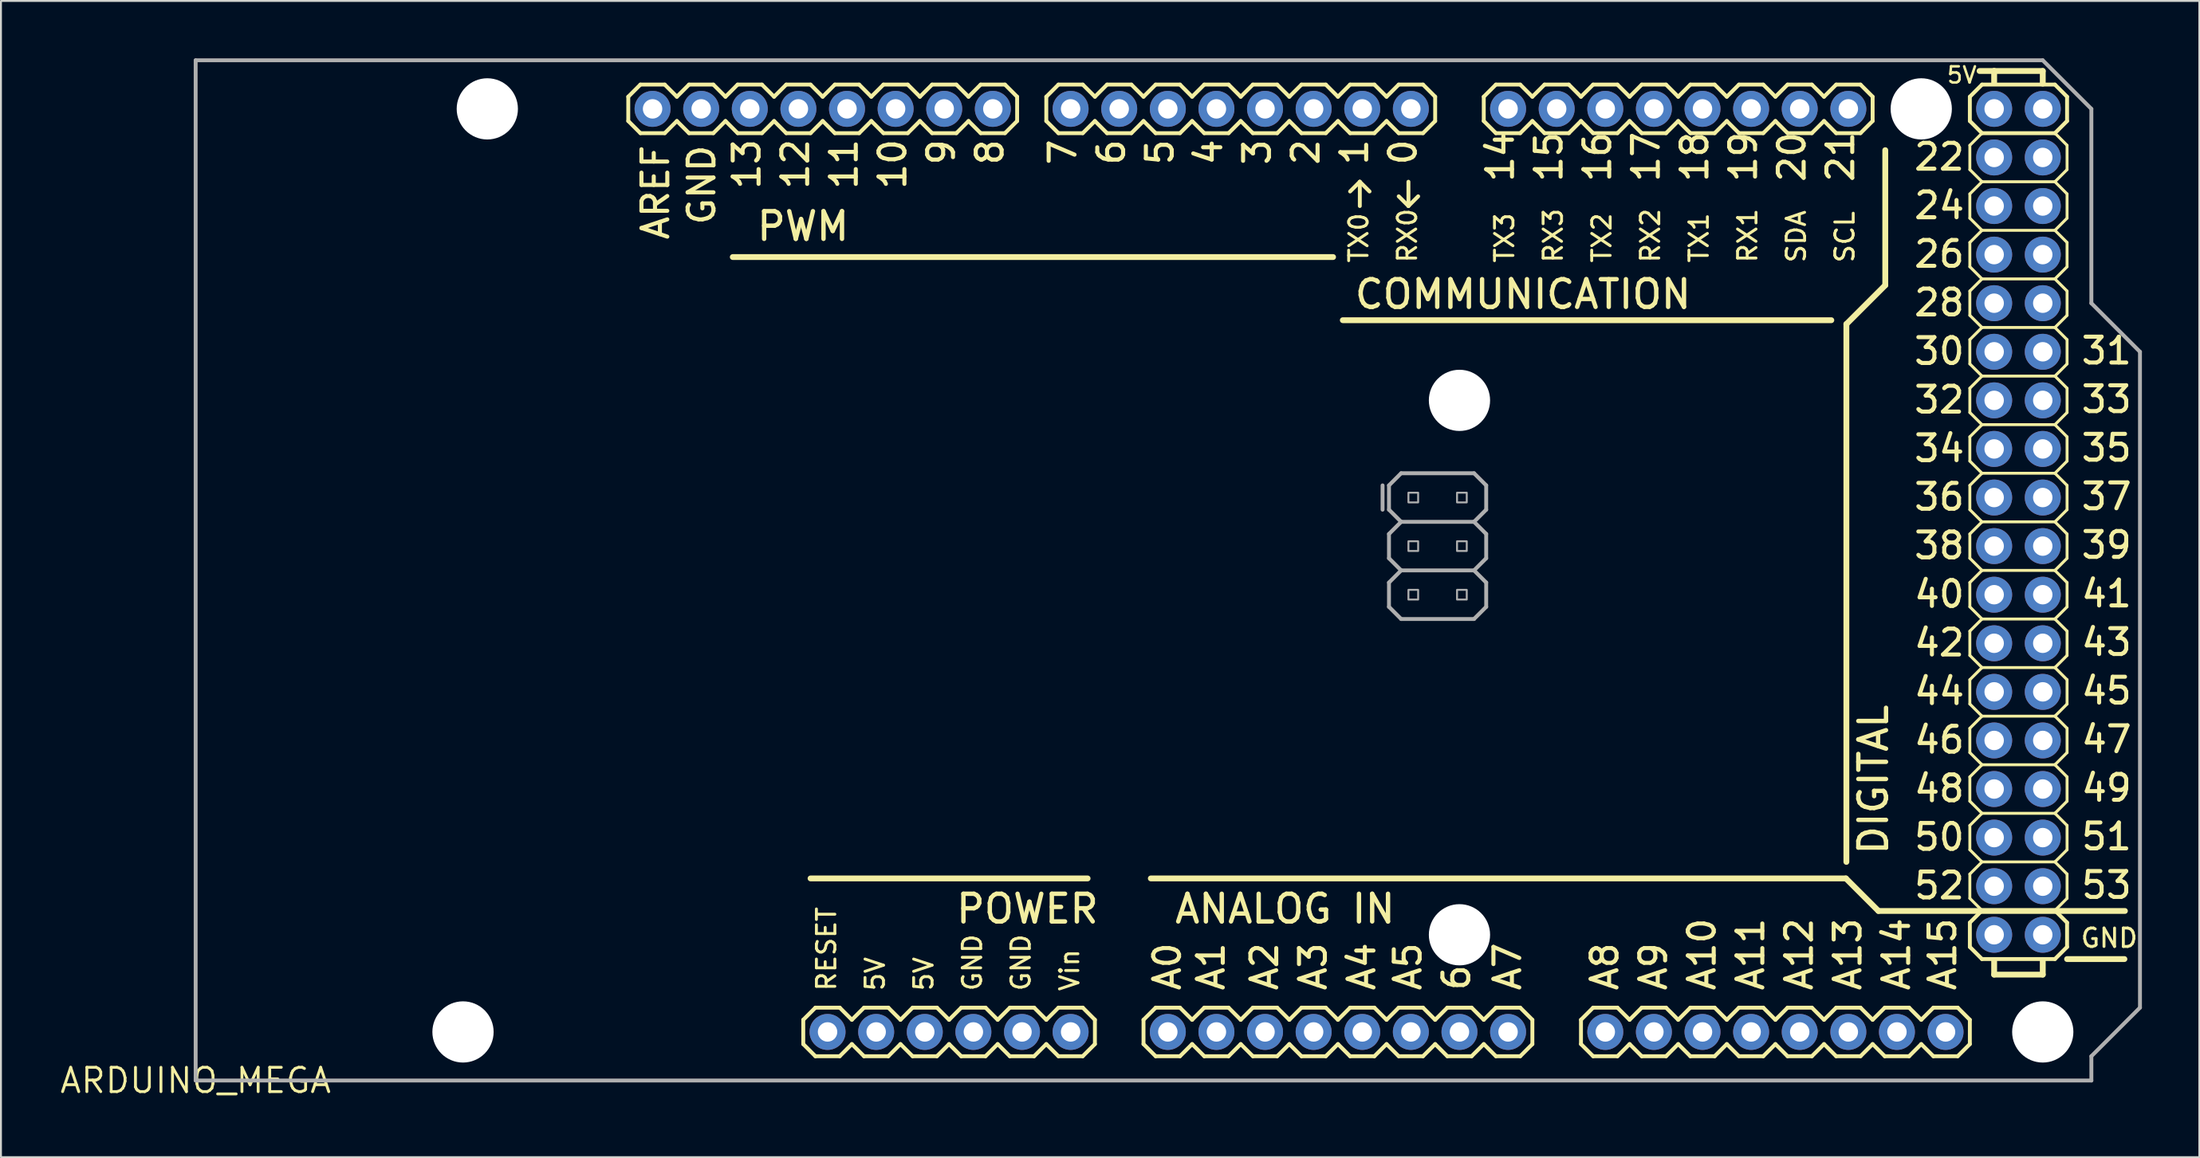
<source format=kicad_pcb>
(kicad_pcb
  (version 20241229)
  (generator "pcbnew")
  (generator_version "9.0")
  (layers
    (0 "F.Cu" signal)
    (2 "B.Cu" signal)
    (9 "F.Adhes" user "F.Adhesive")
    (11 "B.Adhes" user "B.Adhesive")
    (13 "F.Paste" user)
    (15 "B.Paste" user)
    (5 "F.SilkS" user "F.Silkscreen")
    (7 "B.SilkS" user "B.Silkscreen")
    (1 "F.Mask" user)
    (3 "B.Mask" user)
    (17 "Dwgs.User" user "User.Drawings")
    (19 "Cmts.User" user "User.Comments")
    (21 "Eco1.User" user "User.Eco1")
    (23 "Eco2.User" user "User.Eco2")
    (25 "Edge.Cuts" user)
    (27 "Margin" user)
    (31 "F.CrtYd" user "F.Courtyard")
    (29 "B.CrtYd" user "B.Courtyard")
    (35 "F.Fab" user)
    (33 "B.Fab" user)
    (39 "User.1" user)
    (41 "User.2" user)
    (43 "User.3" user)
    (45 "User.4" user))
  (footprint "ARDUINO_MEGA"
    (layer "F.Cu")
    (at 7.174 53.442)
    (property "Reference" "ARDUINO_MEGA" (at 0 0 0) (layer "F.SilkS") (effects (font (size 1.27 1.27) (thickness 0.15))))
    (attr through_hole)
    (fp_line (start 22.606 -51.435) (end 22.606 -50.165) (stroke (width 0.203) (type solid)) (layer "F.SilkS"))
    (fp_line (start 22.606 -50.165) (end 23.241 -49.53) (stroke (width 0.203) (type solid)) (layer "F.SilkS"))
    (fp_line (start 23.241 -52.07) (end 22.606 -51.435) (stroke (width 0.203) (type solid)) (layer "F.SilkS"))
    (fp_line (start 23.241 -52.07) (end 24.511 -52.07) (stroke (width 0.203) (type solid)) (layer "F.SilkS"))
    (fp_line (start 24.511 -52.07) (end 25.146 -51.435) (stroke (width 0.203) (type solid)) (layer "F.SilkS"))
    (fp_line (start 24.511 -49.53) (end 23.241 -49.53) (stroke (width 0.203) (type solid)) (layer "F.SilkS"))
    (fp_line (start 25.146 -51.435) (end 25.781 -52.07) (stroke (width 0.203) (type solid)) (layer "F.SilkS"))
    (fp_line (start 25.146 -50.165) (end 24.511 -49.53) (stroke (width 0.203) (type solid)) (layer "F.SilkS"))
    (fp_line (start 25.781 -52.07) (end 27.051 -52.07) (stroke (width 0.203) (type solid)) (layer "F.SilkS"))
    (fp_line (start 25.781 -49.53) (end 25.146 -50.165) (stroke (width 0.203) (type solid)) (layer "F.SilkS"))
    (fp_line (start 27.051 -52.07) (end 27.686 -51.435) (stroke (width 0.203) (type solid)) (layer "F.SilkS"))
    (fp_line (start 27.051 -49.53) (end 25.781 -49.53) (stroke (width 0.203) (type solid)) (layer "F.SilkS"))
    (fp_line (start 27.686 -51.435) (end 28.321 -52.07) (stroke (width 0.203) (type solid)) (layer "F.SilkS"))
    (fp_line (start 27.686 -50.165) (end 27.051 -49.53) (stroke (width 0.203) (type solid)) (layer "F.SilkS"))
    (fp_line (start 28.321 -52.07) (end 29.591 -52.07) (stroke (width 0.203) (type solid)) (layer "F.SilkS"))
    (fp_line (start 28.321 -49.53) (end 27.686 -50.165) (stroke (width 0.203) (type solid)) (layer "F.SilkS"))
    (fp_line (start 29.591 -52.07) (end 30.226 -51.435) (stroke (width 0.203) (type solid)) (layer "F.SilkS"))
    (fp_line (start 29.591 -49.53) (end 28.321 -49.53) (stroke (width 0.203) (type solid)) (layer "F.SilkS"))
    (fp_line (start 30.226 -50.165) (end 29.591 -49.53) (stroke (width 0.203) (type solid)) (layer "F.SilkS"))
    (fp_line (start 30.226 -50.165) (end 30.861 -49.53) (stroke (width 0.203) (type solid)) (layer "F.SilkS"))
    (fp_line (start 30.861 -52.07) (end 30.226 -51.435) (stroke (width 0.203) (type solid)) (layer "F.SilkS"))
    (fp_line (start 30.861 -52.07) (end 32.131 -52.07) (stroke (width 0.203) (type solid)) (layer "F.SilkS"))
    (fp_line (start 31.75 -3.175) (end 31.75 -1.905) (stroke (width 0.203) (type solid)) (layer "F.SilkS"))
    (fp_line (start 31.75 -1.905) (end 32.385 -1.27) (stroke (width 0.203) (type solid)) (layer "F.SilkS"))
    (fp_line (start 32.131 -52.07) (end 32.766 -51.435) (stroke (width 0.203) (type solid)) (layer "F.SilkS"))
    (fp_line (start 32.131 -49.53) (end 30.861 -49.53) (stroke (width 0.203) (type solid)) (layer "F.SilkS"))
    (fp_line (start 32.385 -3.81) (end 31.75 -3.175) (stroke (width 0.203) (type solid)) (layer "F.SilkS"))
    (fp_line (start 32.385 -3.81) (end 33.655 -3.81) (stroke (width 0.203) (type solid)) (layer "F.SilkS"))
    (fp_line (start 32.766 -51.435) (end 33.401 -52.07) (stroke (width 0.203) (type solid)) (layer "F.SilkS"))
    (fp_line (start 32.766 -50.165) (end 32.131 -49.53) (stroke (width 0.203) (type solid)) (layer "F.SilkS"))
    (fp_line (start 33.401 -52.07) (end 34.671 -52.07) (stroke (width 0.203) (type solid)) (layer "F.SilkS"))
    (fp_line (start 33.401 -49.53) (end 32.766 -50.165) (stroke (width 0.203) (type solid)) (layer "F.SilkS"))
    (fp_line (start 33.655 -3.81) (end 34.29 -3.175) (stroke (width 0.203) (type solid)) (layer "F.SilkS"))
    (fp_line (start 33.655 -1.27) (end 32.385 -1.27) (stroke (width 0.203) (type solid)) (layer "F.SilkS"))
    (fp_line (start 34.29 -3.175) (end 34.925 -3.81) (stroke (width 0.203) (type solid)) (layer "F.SilkS"))
    (fp_line (start 34.29 -1.905) (end 33.655 -1.27) (stroke (width 0.203) (type solid)) (layer "F.SilkS"))
    (fp_line (start 34.671 -52.07) (end 35.306 -51.435) (stroke (width 0.203) (type solid)) (layer "F.SilkS"))
    (fp_line (start 34.671 -49.53) (end 33.401 -49.53) (stroke (width 0.203) (type solid)) (layer "F.SilkS"))
    (fp_line (start 34.925 -3.81) (end 36.195 -3.81) (stroke (width 0.203) (type solid)) (layer "F.SilkS"))
    (fp_line (start 34.925 -1.27) (end 34.29 -1.905) (stroke (width 0.203) (type solid)) (layer "F.SilkS"))
    (fp_line (start 35.306 -51.435) (end 35.941 -52.07) (stroke (width 0.203) (type solid)) (layer "F.SilkS"))
    (fp_line (start 35.306 -50.165) (end 34.671 -49.53) (stroke (width 0.203) (type solid)) (layer "F.SilkS"))
    (fp_line (start 35.941 -52.07) (end 37.211 -52.07) (stroke (width 0.203) (type solid)) (layer "F.SilkS"))
    (fp_line (start 35.941 -49.53) (end 35.306 -50.165) (stroke (width 0.203) (type solid)) (layer "F.SilkS"))
    (fp_line (start 36.195 -3.81) (end 36.83 -3.175) (stroke (width 0.203) (type solid)) (layer "F.SilkS"))
    (fp_line (start 36.195 -1.27) (end 34.925 -1.27) (stroke (width 0.203) (type solid)) (layer "F.SilkS"))
    (fp_line (start 36.83 -3.175) (end 37.465 -3.81) (stroke (width 0.203) (type solid)) (layer "F.SilkS"))
    (fp_line (start 36.83 -1.905) (end 36.195 -1.27) (stroke (width 0.203) (type solid)) (layer "F.SilkS"))
    (fp_line (start 37.211 -52.07) (end 37.846 -51.435) (stroke (width 0.203) (type solid)) (layer "F.SilkS"))
    (fp_line (start 37.211 -49.53) (end 35.941 -49.53) (stroke (width 0.203) (type solid)) (layer "F.SilkS"))
    (fp_line (start 37.465 -3.81) (end 38.735 -3.81) (stroke (width 0.203) (type solid)) (layer "F.SilkS"))
    (fp_line (start 37.465 -1.27) (end 36.83 -1.905) (stroke (width 0.203) (type solid)) (layer "F.SilkS"))
    (fp_line (start 37.846 -50.165) (end 37.211 -49.53) (stroke (width 0.203) (type solid)) (layer "F.SilkS"))
    (fp_line (start 37.846 -50.165) (end 38.481 -49.53) (stroke (width 0.203) (type solid)) (layer "F.SilkS"))
    (fp_line (start 38.481 -52.07) (end 37.846 -51.435) (stroke (width 0.203) (type solid)) (layer "F.SilkS"))
    (fp_line (start 38.481 -52.07) (end 39.751 -52.07) (stroke (width 0.203) (type solid)) (layer "F.SilkS"))
    (fp_line (start 38.735 -3.81) (end 39.37 -3.175) (stroke (width 0.203) (type solid)) (layer "F.SilkS"))
    (fp_line (start 38.735 -1.27) (end 37.465 -1.27) (stroke (width 0.203) (type solid)) (layer "F.SilkS"))
    (fp_line (start 39.37 -1.905) (end 38.735 -1.27) (stroke (width 0.203) (type solid)) (layer "F.SilkS"))
    (fp_line (start 39.37 -1.905) (end 40.005 -1.27) (stroke (width 0.203) (type solid)) (layer "F.SilkS"))
    (fp_line (start 39.751 -52.07) (end 40.386 -51.435) (stroke (width 0.203) (type solid)) (layer "F.SilkS"))
    (fp_line (start 39.751 -49.53) (end 38.481 -49.53) (stroke (width 0.203) (type solid)) (layer "F.SilkS"))
    (fp_line (start 40.005 -3.81) (end 39.37 -3.175) (stroke (width 0.203) (type solid)) (layer "F.SilkS"))
    (fp_line (start 40.005 -3.81) (end 41.275 -3.81) (stroke (width 0.203) (type solid)) (layer "F.SilkS"))
    (fp_line (start 40.386 -50.165) (end 39.751 -49.53) (stroke (width 0.203) (type solid)) (layer "F.SilkS"))
    (fp_line (start 40.386 -50.165) (end 41.021 -49.53) (stroke (width 0.203) (type solid)) (layer "F.SilkS"))
    (fp_line (start 41.021 -52.07) (end 40.386 -51.435) (stroke (width 0.203) (type solid)) (layer "F.SilkS"))
    (fp_line (start 41.021 -52.07) (end 42.291 -52.07) (stroke (width 0.203) (type solid)) (layer "F.SilkS"))
    (fp_line (start 41.275 -3.81) (end 41.91 -3.175) (stroke (width 0.203) (type solid)) (layer "F.SilkS"))
    (fp_line (start 41.275 -1.27) (end 40.005 -1.27) (stroke (width 0.203) (type solid)) (layer "F.SilkS"))
    (fp_line (start 41.91 -3.175) (end 42.545 -3.81) (stroke (width 0.203) (type solid)) (layer "F.SilkS"))
    (fp_line (start 41.91 -1.905) (end 41.275 -1.27) (stroke (width 0.203) (type solid)) (layer "F.SilkS"))
    (fp_line (start 42.291 -52.07) (end 42.926 -51.435) (stroke (width 0.203) (type solid)) (layer "F.SilkS"))
    (fp_line (start 42.291 -49.53) (end 41.021 -49.53) (stroke (width 0.203) (type solid)) (layer "F.SilkS"))
    (fp_line (start 42.545 -3.81) (end 43.815 -3.81) (stroke (width 0.203) (type solid)) (layer "F.SilkS"))
    (fp_line (start 42.545 -1.27) (end 41.91 -1.905) (stroke (width 0.203) (type solid)) (layer "F.SilkS"))
    (fp_line (start 42.926 -51.435) (end 42.926 -50.165) (stroke (width 0.203) (type solid)) (layer "F.SilkS"))
    (fp_line (start 42.926 -50.165) (end 42.291 -49.53) (stroke (width 0.203) (type solid)) (layer "F.SilkS"))
    (fp_line (start 43.815 -3.81) (end 44.45 -3.175) (stroke (width 0.203) (type solid)) (layer "F.SilkS"))
    (fp_line (start 43.815 -1.27) (end 42.545 -1.27) (stroke (width 0.203) (type solid)) (layer "F.SilkS"))
    (fp_line (start 44.45 -51.435) (end 44.45 -50.165) (stroke (width 0.203) (type solid)) (layer "F.SilkS"))
    (fp_line (start 44.45 -50.165) (end 45.085 -49.53) (stroke (width 0.203) (type solid)) (layer "F.SilkS"))
    (fp_line (start 44.45 -3.175) (end 45.085 -3.81) (stroke (width 0.203) (type solid)) (layer "F.SilkS"))
    (fp_line (start 44.45 -1.905) (end 43.815 -1.27) (stroke (width 0.203) (type solid)) (layer "F.SilkS"))
    (fp_line (start 45.085 -52.07) (end 44.45 -51.435) (stroke (width 0.203) (type solid)) (layer "F.SilkS"))
    (fp_line (start 45.085 -52.07) (end 46.355 -52.07) (stroke (width 0.203) (type solid)) (layer "F.SilkS"))
    (fp_line (start 45.085 -3.81) (end 46.355 -3.81) (stroke (width 0.203) (type solid)) (layer "F.SilkS"))
    (fp_line (start 45.085 -1.27) (end 44.45 -1.905) (stroke (width 0.203) (type solid)) (layer "F.SilkS"))
    (fp_line (start 46.355 -52.07) (end 46.99 -51.435) (stroke (width 0.203) (type solid)) (layer "F.SilkS"))
    (fp_line (start 46.355 -49.53) (end 45.085 -49.53) (stroke (width 0.203) (type solid)) (layer "F.SilkS"))
    (fp_line (start 46.355 -3.81) (end 46.99 -3.175) (stroke (width 0.203) (type solid)) (layer "F.SilkS"))
    (fp_line (start 46.355 -1.27) (end 45.085 -1.27) (stroke (width 0.203) (type solid)) (layer "F.SilkS"))
    (fp_line (start 46.609 -10.566) (end 32.131 -10.566) (stroke (width 0.305) (type solid)) (layer "F.SilkS"))
    (fp_line (start 46.99 -51.435) (end 47.625 -52.07) (stroke (width 0.203) (type solid)) (layer "F.SilkS"))
    (fp_line (start 46.99 -50.165) (end 46.355 -49.53) (stroke (width 0.203) (type solid)) (layer "F.SilkS"))
    (fp_line (start 46.99 -3.175) (end 46.99 -1.905) (stroke (width 0.203) (type solid)) (layer "F.SilkS"))
    (fp_line (start 46.99 -1.905) (end 46.355 -1.27) (stroke (width 0.203) (type solid)) (layer "F.SilkS"))
    (fp_line (start 47.625 -52.07) (end 48.895 -52.07) (stroke (width 0.203) (type solid)) (layer "F.SilkS"))
    (fp_line (start 47.625 -49.53) (end 46.99 -50.165) (stroke (width 0.203) (type solid)) (layer "F.SilkS"))
    (fp_line (start 48.895 -52.07) (end 49.53 -51.435) (stroke (width 0.203) (type solid)) (layer "F.SilkS"))
    (fp_line (start 48.895 -49.53) (end 47.625 -49.53) (stroke (width 0.203) (type solid)) (layer "F.SilkS"))
    (fp_line (start 49.53 -51.435) (end 50.165 -52.07) (stroke (width 0.203) (type solid)) (layer "F.SilkS"))
    (fp_line (start 49.53 -50.165) (end 48.895 -49.53) (stroke (width 0.203) (type solid)) (layer "F.SilkS"))
    (fp_line (start 49.53 -3.175) (end 49.53 -1.905) (stroke (width 0.203) (type solid)) (layer "F.SilkS"))
    (fp_line (start 49.53 -1.905) (end 50.165 -1.27) (stroke (width 0.203) (type solid)) (layer "F.SilkS"))
    (fp_line (start 50.165 -52.07) (end 51.435 -52.07) (stroke (width 0.203) (type solid)) (layer "F.SilkS"))
    (fp_line (start 50.165 -49.53) (end 49.53 -50.165) (stroke (width 0.203) (type solid)) (layer "F.SilkS"))
    (fp_line (start 50.165 -3.81) (end 49.53 -3.175) (stroke (width 0.203) (type solid)) (layer "F.SilkS"))
    (fp_line (start 50.165 -3.81) (end 51.435 -3.81) (stroke (width 0.203) (type solid)) (layer "F.SilkS"))
    (fp_line (start 51.435 -52.07) (end 52.07 -51.435) (stroke (width 0.203) (type solid)) (layer "F.SilkS"))
    (fp_line (start 51.435 -49.53) (end 50.165 -49.53) (stroke (width 0.203) (type solid)) (layer "F.SilkS"))
    (fp_line (start 51.435 -3.81) (end 52.07 -3.175) (stroke (width 0.203) (type solid)) (layer "F.SilkS"))
    (fp_line (start 51.435 -1.27) (end 50.165 -1.27) (stroke (width 0.203) (type solid)) (layer "F.SilkS"))
    (fp_line (start 52.07 -50.165) (end 51.435 -49.53) (stroke (width 0.203) (type solid)) (layer "F.SilkS"))
    (fp_line (start 52.07 -50.165) (end 52.705 -49.53) (stroke (width 0.203) (type solid)) (layer "F.SilkS"))
    (fp_line (start 52.07 -3.175) (end 52.705 -3.81) (stroke (width 0.203) (type solid)) (layer "F.SilkS"))
    (fp_line (start 52.07 -1.905) (end 51.435 -1.27) (stroke (width 0.203) (type solid)) (layer "F.SilkS"))
    (fp_line (start 52.705 -52.07) (end 52.07 -51.435) (stroke (width 0.203) (type solid)) (layer "F.SilkS"))
    (fp_line (start 52.705 -52.07) (end 53.975 -52.07) (stroke (width 0.203) (type solid)) (layer "F.SilkS"))
    (fp_line (start 52.705 -3.81) (end 53.975 -3.81) (stroke (width 0.203) (type solid)) (layer "F.SilkS"))
    (fp_line (start 52.705 -1.27) (end 52.07 -1.905) (stroke (width 0.203) (type solid)) (layer "F.SilkS"))
    (fp_line (start 53.975 -52.07) (end 54.61 -51.435) (stroke (width 0.203) (type solid)) (layer "F.SilkS"))
    (fp_line (start 53.975 -49.53) (end 52.705 -49.53) (stroke (width 0.203) (type solid)) (layer "F.SilkS"))
    (fp_line (start 53.975 -3.81) (end 54.61 -3.175) (stroke (width 0.203) (type solid)) (layer "F.SilkS"))
    (fp_line (start 53.975 -1.27) (end 52.705 -1.27) (stroke (width 0.203) (type solid)) (layer "F.SilkS"))
    (fp_line (start 54.61 -51.435) (end 55.245 -52.07) (stroke (width 0.203) (type solid)) (layer "F.SilkS"))
    (fp_line (start 54.61 -50.165) (end 53.975 -49.53) (stroke (width 0.203) (type solid)) (layer "F.SilkS"))
    (fp_line (start 54.61 -3.175) (end 55.245 -3.81) (stroke (width 0.203) (type solid)) (layer "F.SilkS"))
    (fp_line (start 54.61 -1.905) (end 53.975 -1.27) (stroke (width 0.203) (type solid)) (layer "F.SilkS"))
    (fp_line (start 55.245 -52.07) (end 56.515 -52.07) (stroke (width 0.203) (type solid)) (layer "F.SilkS"))
    (fp_line (start 55.245 -49.53) (end 54.61 -50.165) (stroke (width 0.203) (type solid)) (layer "F.SilkS"))
    (fp_line (start 55.245 -3.81) (end 56.515 -3.81) (stroke (width 0.203) (type solid)) (layer "F.SilkS"))
    (fp_line (start 55.245 -1.27) (end 54.61 -1.905) (stroke (width 0.203) (type solid)) (layer "F.SilkS"))
    (fp_line (start 56.515 -52.07) (end 57.15 -51.435) (stroke (width 0.203) (type solid)) (layer "F.SilkS"))
    (fp_line (start 56.515 -49.53) (end 55.245 -49.53) (stroke (width 0.203) (type solid)) (layer "F.SilkS"))
    (fp_line (start 56.515 -3.81) (end 57.15 -3.175) (stroke (width 0.203) (type solid)) (layer "F.SilkS"))
    (fp_line (start 56.515 -1.27) (end 55.245 -1.27) (stroke (width 0.203) (type solid)) (layer "F.SilkS"))
    (fp_line (start 57.15 -51.435) (end 57.785 -52.07) (stroke (width 0.203) (type solid)) (layer "F.SilkS"))
    (fp_line (start 57.15 -50.165) (end 56.515 -49.53) (stroke (width 0.203) (type solid)) (layer "F.SilkS"))
    (fp_line (start 57.15 -1.905) (end 56.515 -1.27) (stroke (width 0.203) (type solid)) (layer "F.SilkS"))
    (fp_line (start 57.15 -1.905) (end 57.785 -1.27) (stroke (width 0.203) (type solid)) (layer "F.SilkS"))
    (fp_line (start 57.785 -52.07) (end 59.055 -52.07) (stroke (width 0.203) (type solid)) (layer "F.SilkS"))
    (fp_line (start 57.785 -49.53) (end 57.15 -50.165) (stroke (width 0.203) (type solid)) (layer "F.SilkS"))
    (fp_line (start 57.785 -3.81) (end 57.15 -3.175) (stroke (width 0.203) (type solid)) (layer "F.SilkS"))
    (fp_line (start 57.785 -3.81) (end 59.055 -3.81) (stroke (width 0.203) (type solid)) (layer "F.SilkS"))
    (fp_line (start 59.055 -52.07) (end 59.69 -51.435) (stroke (width 0.203) (type solid)) (layer "F.SilkS"))
    (fp_line (start 59.055 -49.53) (end 57.785 -49.53) (stroke (width 0.203) (type solid)) (layer "F.SilkS"))
    (fp_line (start 59.055 -3.81) (end 59.69 -3.175) (stroke (width 0.203) (type solid)) (layer "F.SilkS"))
    (fp_line (start 59.055 -1.27) (end 57.785 -1.27) (stroke (width 0.203) (type solid)) (layer "F.SilkS"))
    (fp_line (start 59.436 -43.053) (end 28.067 -43.053) (stroke (width 0.305) (type solid)) (layer "F.SilkS"))
    (fp_line (start 59.69 -50.165) (end 59.055 -49.53) (stroke (width 0.203) (type solid)) (layer "F.SilkS"))
    (fp_line (start 59.69 -50.165) (end 60.325 -49.53) (stroke (width 0.203) (type solid)) (layer "F.SilkS"))
    (fp_line (start 59.69 -3.175) (end 60.325 -3.81) (stroke (width 0.203) (type solid)) (layer "F.SilkS"))
    (fp_line (start 59.69 -1.905) (end 59.055 -1.27) (stroke (width 0.203) (type solid)) (layer "F.SilkS"))
    (fp_line (start 59.944 -39.751) (end 85.471 -39.751) (stroke (width 0.305) (type solid)) (layer "F.SilkS"))
    (fp_line (start 60.325 -52.07) (end 59.69 -51.435) (stroke (width 0.203) (type solid)) (layer "F.SilkS"))
    (fp_line (start 60.325 -52.07) (end 61.595 -52.07) (stroke (width 0.203) (type solid)) (layer "F.SilkS"))
    (fp_line (start 60.325 -46.482) (end 60.833 -46.99) (stroke (width 0.203) (type solid)) (layer "F.SilkS"))
    (fp_line (start 60.325 -3.81) (end 61.595 -3.81) (stroke (width 0.203) (type solid)) (layer "F.SilkS"))
    (fp_line (start 60.325 -1.27) (end 59.69 -1.905) (stroke (width 0.203) (type solid)) (layer "F.SilkS"))
    (fp_line (start 60.833 -46.99) (end 61.341 -46.482) (stroke (width 0.203) (type solid)) (layer "F.SilkS"))
    (fp_line (start 60.833 -45.72) (end 60.833 -46.99) (stroke (width 0.203) (type solid)) (layer "F.SilkS"))
    (fp_line (start 61.595 -52.07) (end 62.23 -51.435) (stroke (width 0.203) (type solid)) (layer "F.SilkS"))
    (fp_line (start 61.595 -49.53) (end 60.325 -49.53) (stroke (width 0.203) (type solid)) (layer "F.SilkS"))
    (fp_line (start 61.595 -3.81) (end 62.23 -3.175) (stroke (width 0.203) (type solid)) (layer "F.SilkS"))
    (fp_line (start 61.595 -1.27) (end 60.325 -1.27) (stroke (width 0.203) (type solid)) (layer "F.SilkS"))
    (fp_line (start 62.23 -50.165) (end 61.595 -49.53) (stroke (width 0.203) (type solid)) (layer "F.SilkS"))
    (fp_line (start 62.23 -50.165) (end 62.865 -49.53) (stroke (width 0.203) (type solid)) (layer "F.SilkS"))
    (fp_line (start 62.23 -3.175) (end 62.865 -3.81) (stroke (width 0.203) (type solid)) (layer "F.SilkS"))
    (fp_line (start 62.23 -1.905) (end 61.595 -1.27) (stroke (width 0.203) (type solid)) (layer "F.SilkS"))
    (fp_line (start 62.865 -52.07) (end 62.23 -51.435) (stroke (width 0.203) (type solid)) (layer "F.SilkS"))
    (fp_line (start 62.865 -52.07) (end 64.135 -52.07) (stroke (width 0.203) (type solid)) (layer "F.SilkS"))
    (fp_line (start 62.865 -3.81) (end 64.135 -3.81) (stroke (width 0.203) (type solid)) (layer "F.SilkS"))
    (fp_line (start 62.865 -1.27) (end 62.23 -1.905) (stroke (width 0.203) (type solid)) (layer "F.SilkS"))
    (fp_line (start 63.373 -46.99) (end 63.373 -45.72) (stroke (width 0.203) (type solid)) (layer "F.SilkS"))
    (fp_line (start 63.373 -45.72) (end 62.865 -46.228) (stroke (width 0.203) (type solid)) (layer "F.SilkS"))
    (fp_line (start 63.881 -46.228) (end 63.373 -45.72) (stroke (width 0.203) (type solid)) (layer "F.SilkS"))
    (fp_line (start 64.135 -52.07) (end 64.77 -51.435) (stroke (width 0.203) (type solid)) (layer "F.SilkS"))
    (fp_line (start 64.135 -49.53) (end 62.865 -49.53) (stroke (width 0.203) (type solid)) (layer "F.SilkS"))
    (fp_line (start 64.135 -3.81) (end 64.77 -3.175) (stroke (width 0.203) (type solid)) (layer "F.SilkS"))
    (fp_line (start 64.135 -1.27) (end 62.865 -1.27) (stroke (width 0.203) (type solid)) (layer "F.SilkS"))
    (fp_line (start 64.77 -51.435) (end 64.77 -50.165) (stroke (width 0.203) (type solid)) (layer "F.SilkS"))
    (fp_line (start 64.77 -50.165) (end 64.135 -49.53) (stroke (width 0.203) (type solid)) (layer "F.SilkS"))
    (fp_line (start 64.77 -1.905) (end 64.135 -1.27) (stroke (width 0.203) (type solid)) (layer "F.SilkS"))
    (fp_line (start 64.77 -1.905) (end 65.405 -1.27) (stroke (width 0.203) (type solid)) (layer "F.SilkS"))
    (fp_line (start 65.405 -3.81) (end 64.77 -3.175) (stroke (width 0.203) (type solid)) (layer "F.SilkS"))
    (fp_line (start 65.405 -3.81) (end 66.675 -3.81) (stroke (width 0.203) (type solid)) (layer "F.SilkS"))
    (fp_line (start 66.675 -3.81) (end 67.31 -3.175) (stroke (width 0.203) (type solid)) (layer "F.SilkS"))
    (fp_line (start 66.675 -1.27) (end 65.405 -1.27) (stroke (width 0.203) (type solid)) (layer "F.SilkS"))
    (fp_line (start 67.31 -51.435) (end 67.31 -50.165) (stroke (width 0.203) (type solid)) (layer "F.SilkS"))
    (fp_line (start 67.31 -50.165) (end 67.945 -49.53) (stroke (width 0.203) (type solid)) (layer "F.SilkS"))
    (fp_line (start 67.31 -1.905) (end 66.675 -1.27) (stroke (width 0.203) (type solid)) (layer "F.SilkS"))
    (fp_line (start 67.31 -1.905) (end 67.945 -1.27) (stroke (width 0.203) (type solid)) (layer "F.SilkS"))
    (fp_line (start 67.945 -52.07) (end 67.31 -51.435) (stroke (width 0.203) (type solid)) (layer "F.SilkS"))
    (fp_line (start 67.945 -52.07) (end 69.215 -52.07) (stroke (width 0.203) (type solid)) (layer "F.SilkS"))
    (fp_line (start 67.945 -3.81) (end 67.31 -3.175) (stroke (width 0.203) (type solid)) (layer "F.SilkS"))
    (fp_line (start 67.945 -3.81) (end 69.215 -3.81) (stroke (width 0.203) (type solid)) (layer "F.SilkS"))
    (fp_line (start 69.215 -52.07) (end 69.85 -51.435) (stroke (width 0.203) (type solid)) (layer "F.SilkS"))
    (fp_line (start 69.215 -49.53) (end 67.945 -49.53) (stroke (width 0.203) (type solid)) (layer "F.SilkS"))
    (fp_line (start 69.215 -3.81) (end 69.85 -3.175) (stroke (width 0.203) (type solid)) (layer "F.SilkS"))
    (fp_line (start 69.215 -1.27) (end 67.945 -1.27) (stroke (width 0.203) (type solid)) (layer "F.SilkS"))
    (fp_line (start 69.85 -51.435) (end 70.485 -52.07) (stroke (width 0.203) (type solid)) (layer "F.SilkS"))
    (fp_line (start 69.85 -50.165) (end 69.215 -49.53) (stroke (width 0.203) (type solid)) (layer "F.SilkS"))
    (fp_line (start 69.85 -3.175) (end 69.85 -1.905) (stroke (width 0.203) (type solid)) (layer "F.SilkS"))
    (fp_line (start 69.85 -1.905) (end 69.215 -1.27) (stroke (width 0.203) (type solid)) (layer "F.SilkS"))
    (fp_line (start 70.485 -52.07) (end 71.755 -52.07) (stroke (width 0.203) (type solid)) (layer "F.SilkS"))
    (fp_line (start 70.485 -49.53) (end 69.85 -50.165) (stroke (width 0.203) (type solid)) (layer "F.SilkS"))
    (fp_line (start 71.755 -52.07) (end 72.39 -51.435) (stroke (width 0.203) (type solid)) (layer "F.SilkS"))
    (fp_line (start 71.755 -49.53) (end 70.485 -49.53) (stroke (width 0.203) (type solid)) (layer "F.SilkS"))
    (fp_line (start 72.39 -51.435) (end 73.025 -52.07) (stroke (width 0.203) (type solid)) (layer "F.SilkS"))
    (fp_line (start 72.39 -50.165) (end 71.755 -49.53) (stroke (width 0.203) (type solid)) (layer "F.SilkS"))
    (fp_line (start 72.39 -3.175) (end 72.39 -1.905) (stroke (width 0.203) (type solid)) (layer "F.SilkS"))
    (fp_line (start 72.39 -1.905) (end 73.025 -1.27) (stroke (width 0.203) (type solid)) (layer "F.SilkS"))
    (fp_line (start 73.025 -52.07) (end 74.295 -52.07) (stroke (width 0.203) (type solid)) (layer "F.SilkS"))
    (fp_line (start 73.025 -49.53) (end 72.39 -50.165) (stroke (width 0.203) (type solid)) (layer "F.SilkS"))
    (fp_line (start 73.025 -3.81) (end 72.39 -3.175) (stroke (width 0.203) (type solid)) (layer "F.SilkS"))
    (fp_line (start 73.025 -3.81) (end 74.295 -3.81) (stroke (width 0.203) (type solid)) (layer "F.SilkS"))
    (fp_line (start 74.295 -52.07) (end 74.93 -51.435) (stroke (width 0.203) (type solid)) (layer "F.SilkS"))
    (fp_line (start 74.295 -49.53) (end 73.025 -49.53) (stroke (width 0.203) (type solid)) (layer "F.SilkS"))
    (fp_line (start 74.295 -3.81) (end 74.93 -3.175) (stroke (width 0.203) (type solid)) (layer "F.SilkS"))
    (fp_line (start 74.295 -1.27) (end 73.025 -1.27) (stroke (width 0.203) (type solid)) (layer "F.SilkS"))
    (fp_line (start 74.93 -50.165) (end 74.295 -49.53) (stroke (width 0.203) (type solid)) (layer "F.SilkS"))
    (fp_line (start 74.93 -50.165) (end 75.565 -49.53) (stroke (width 0.203) (type solid)) (layer "F.SilkS"))
    (fp_line (start 74.93 -3.175) (end 75.565 -3.81) (stroke (width 0.203) (type solid)) (layer "F.SilkS"))
    (fp_line (start 74.93 -1.905) (end 74.295 -1.27) (stroke (width 0.203) (type solid)) (layer "F.SilkS"))
    (fp_line (start 75.565 -52.07) (end 74.93 -51.435) (stroke (width 0.203) (type solid)) (layer "F.SilkS"))
    (fp_line (start 75.565 -52.07) (end 76.835 -52.07) (stroke (width 0.203) (type solid)) (layer "F.SilkS"))
    (fp_line (start 75.565 -3.81) (end 76.835 -3.81) (stroke (width 0.203) (type solid)) (layer "F.SilkS"))
    (fp_line (start 75.565 -1.27) (end 74.93 -1.905) (stroke (width 0.203) (type solid)) (layer "F.SilkS"))
    (fp_line (start 76.835 -52.07) (end 77.47 -51.435) (stroke (width 0.203) (type solid)) (layer "F.SilkS"))
    (fp_line (start 76.835 -49.53) (end 75.565 -49.53) (stroke (width 0.203) (type solid)) (layer "F.SilkS"))
    (fp_line (start 76.835 -3.81) (end 77.47 -3.175) (stroke (width 0.203) (type solid)) (layer "F.SilkS"))
    (fp_line (start 76.835 -1.27) (end 75.565 -1.27) (stroke (width 0.203) (type solid)) (layer "F.SilkS"))
    (fp_line (start 77.47 -51.435) (end 78.105 -52.07) (stroke (width 0.203) (type solid)) (layer "F.SilkS"))
    (fp_line (start 77.47 -50.165) (end 76.835 -49.53) (stroke (width 0.203) (type solid)) (layer "F.SilkS"))
    (fp_line (start 77.47 -3.175) (end 78.105 -3.81) (stroke (width 0.203) (type solid)) (layer "F.SilkS"))
    (fp_line (start 77.47 -1.905) (end 76.835 -1.27) (stroke (width 0.203) (type solid)) (layer "F.SilkS"))
    (fp_line (start 78.105 -52.07) (end 79.375 -52.07) (stroke (width 0.203) (type solid)) (layer "F.SilkS"))
    (fp_line (start 78.105 -49.53) (end 77.47 -50.165) (stroke (width 0.203) (type solid)) (layer "F.SilkS"))
    (fp_line (start 78.105 -3.81) (end 79.375 -3.81) (stroke (width 0.203) (type solid)) (layer "F.SilkS"))
    (fp_line (start 78.105 -1.27) (end 77.47 -1.905) (stroke (width 0.203) (type solid)) (layer "F.SilkS"))
    (fp_line (start 79.375 -52.07) (end 80.01 -51.435) (stroke (width 0.203) (type solid)) (layer "F.SilkS"))
    (fp_line (start 79.375 -49.53) (end 78.105 -49.53) (stroke (width 0.203) (type solid)) (layer "F.SilkS"))
    (fp_line (start 79.375 -3.81) (end 80.01 -3.175) (stroke (width 0.203) (type solid)) (layer "F.SilkS"))
    (fp_line (start 79.375 -1.27) (end 78.105 -1.27) (stroke (width 0.203) (type solid)) (layer "F.SilkS"))
    (fp_line (start 80.01 -51.435) (end 80.645 -52.07) (stroke (width 0.203) (type solid)) (layer "F.SilkS"))
    (fp_line (start 80.01 -50.165) (end 79.375 -49.53) (stroke (width 0.203) (type solid)) (layer "F.SilkS"))
    (fp_line (start 80.01 -1.905) (end 79.375 -1.27) (stroke (width 0.203) (type solid)) (layer "F.SilkS"))
    (fp_line (start 80.01 -1.905) (end 80.645 -1.27) (stroke (width 0.203) (type solid)) (layer "F.SilkS"))
    (fp_line (start 80.645 -52.07) (end 81.915 -52.07) (stroke (width 0.203) (type solid)) (layer "F.SilkS"))
    (fp_line (start 80.645 -49.53) (end 80.01 -50.165) (stroke (width 0.203) (type solid)) (layer "F.SilkS"))
    (fp_line (start 80.645 -3.81) (end 80.01 -3.175) (stroke (width 0.203) (type solid)) (layer "F.SilkS"))
    (fp_line (start 80.645 -3.81) (end 81.915 -3.81) (stroke (width 0.203) (type solid)) (layer "F.SilkS"))
    (fp_line (start 81.915 -52.07) (end 82.55 -51.435) (stroke (width 0.203) (type solid)) (layer "F.SilkS"))
    (fp_line (start 81.915 -49.53) (end 80.645 -49.53) (stroke (width 0.203) (type solid)) (layer "F.SilkS"))
    (fp_line (start 81.915 -3.81) (end 82.55 -3.175) (stroke (width 0.203) (type solid)) (layer "F.SilkS"))
    (fp_line (start 81.915 -1.27) (end 80.645 -1.27) (stroke (width 0.203) (type solid)) (layer "F.SilkS"))
    (fp_line (start 82.55 -50.165) (end 81.915 -49.53) (stroke (width 0.203) (type solid)) (layer "F.SilkS"))
    (fp_line (start 82.55 -50.165) (end 83.185 -49.53) (stroke (width 0.203) (type solid)) (layer "F.SilkS"))
    (fp_line (start 82.55 -3.175) (end 83.185 -3.81) (stroke (width 0.203) (type solid)) (layer "F.SilkS"))
    (fp_line (start 82.55 -1.905) (end 81.915 -1.27) (stroke (width 0.203) (type solid)) (layer "F.SilkS"))
    (fp_line (start 83.185 -52.07) (end 82.55 -51.435) (stroke (width 0.203) (type solid)) (layer "F.SilkS"))
    (fp_line (start 83.185 -52.07) (end 84.455 -52.07) (stroke (width 0.203) (type solid)) (layer "F.SilkS"))
    (fp_line (start 83.185 -3.81) (end 84.455 -3.81) (stroke (width 0.203) (type solid)) (layer "F.SilkS"))
    (fp_line (start 83.185 -1.27) (end 82.55 -1.905) (stroke (width 0.203) (type solid)) (layer "F.SilkS"))
    (fp_line (start 84.455 -52.07) (end 85.09 -51.435) (stroke (width 0.203) (type solid)) (layer "F.SilkS"))
    (fp_line (start 84.455 -49.53) (end 83.185 -49.53) (stroke (width 0.203) (type solid)) (layer "F.SilkS"))
    (fp_line (start 84.455 -3.81) (end 85.09 -3.175) (stroke (width 0.203) (type solid)) (layer "F.SilkS"))
    (fp_line (start 84.455 -1.27) (end 83.185 -1.27) (stroke (width 0.203) (type solid)) (layer "F.SilkS"))
    (fp_line (start 85.09 -50.165) (end 84.455 -49.53) (stroke (width 0.203) (type solid)) (layer "F.SilkS"))
    (fp_line (start 85.09 -50.165) (end 85.725 -49.53) (stroke (width 0.203) (type solid)) (layer "F.SilkS"))
    (fp_line (start 85.09 -3.175) (end 85.725 -3.81) (stroke (width 0.203) (type solid)) (layer "F.SilkS"))
    (fp_line (start 85.09 -1.905) (end 84.455 -1.27) (stroke (width 0.203) (type solid)) (layer "F.SilkS"))
    (fp_line (start 85.725 -52.07) (end 85.09 -51.435) (stroke (width 0.203) (type solid)) (layer "F.SilkS"))
    (fp_line (start 85.725 -52.07) (end 86.995 -52.07) (stroke (width 0.203) (type solid)) (layer "F.SilkS"))
    (fp_line (start 85.725 -3.81) (end 86.995 -3.81) (stroke (width 0.203) (type solid)) (layer "F.SilkS"))
    (fp_line (start 85.725 -1.27) (end 85.09 -1.905) (stroke (width 0.203) (type solid)) (layer "F.SilkS"))
    (fp_line (start 86.233 -10.566) (end 49.911 -10.566) (stroke (width 0.305) (type solid)) (layer "F.SilkS"))
    (fp_line (start 86.233 -10.566) (end 87.935 -8.865) (stroke (width 0.305) (type solid)) (layer "F.SilkS"))
    (fp_line (start 86.258 -39.548) (end 86.258 -11.43) (stroke (width 0.305) (type solid)) (layer "F.SilkS"))
    (fp_line (start 86.258 -39.548) (end 88.29 -41.58) (stroke (width 0.305) (type solid)) (layer "F.SilkS"))
    (fp_line (start 86.995 -52.07) (end 87.63 -51.435) (stroke (width 0.203) (type solid)) (layer "F.SilkS"))
    (fp_line (start 86.995 -49.53) (end 85.725 -49.53) (stroke (width 0.203) (type solid)) (layer "F.SilkS"))
    (fp_line (start 86.995 -3.81) (end 87.63 -3.175) (stroke (width 0.203) (type solid)) (layer "F.SilkS"))
    (fp_line (start 86.995 -1.27) (end 85.725 -1.27) (stroke (width 0.203) (type solid)) (layer "F.SilkS"))
    (fp_line (start 87.63 -51.435) (end 87.63 -50.165) (stroke (width 0.203) (type solid)) (layer "F.SilkS"))
    (fp_line (start 87.63 -50.165) (end 86.995 -49.53) (stroke (width 0.203) (type solid)) (layer "F.SilkS"))
    (fp_line (start 87.63 -1.905) (end 86.995 -1.27) (stroke (width 0.203) (type solid)) (layer "F.SilkS"))
    (fp_line (start 87.63 -1.905) (end 88.265 -1.27) (stroke (width 0.203) (type solid)) (layer "F.SilkS"))
    (fp_line (start 87.935 -8.865) (end 100.813 -8.865) (stroke (width 0.305) (type solid)) (layer "F.SilkS"))
    (fp_line (start 88.265 -3.81) (end 87.63 -3.175) (stroke (width 0.203) (type solid)) (layer "F.SilkS"))
    (fp_line (start 88.265 -3.81) (end 89.535 -3.81) (stroke (width 0.203) (type solid)) (layer "F.SilkS"))
    (fp_line (start 88.29 -41.58) (end 88.29 -48.641) (stroke (width 0.305) (type solid)) (layer "F.SilkS"))
    (fp_line (start 89.535 -3.81) (end 90.17 -3.175) (stroke (width 0.203) (type solid)) (layer "F.SilkS"))
    (fp_line (start 89.535 -1.27) (end 88.265 -1.27) (stroke (width 0.203) (type solid)) (layer "F.SilkS"))
    (fp_line (start 90.17 -1.905) (end 89.535 -1.27) (stroke (width 0.203) (type solid)) (layer "F.SilkS"))
    (fp_line (start 90.17 -1.905) (end 90.805 -1.27) (stroke (width 0.203) (type solid)) (layer "F.SilkS"))
    (fp_line (start 90.805 -3.81) (end 90.17 -3.175) (stroke (width 0.203) (type solid)) (layer "F.SilkS"))
    (fp_line (start 90.805 -3.81) (end 92.075 -3.81) (stroke (width 0.203) (type solid)) (layer "F.SilkS"))
    (fp_line (start 92.075 -3.81) (end 92.71 -3.175) (stroke (width 0.203) (type solid)) (layer "F.SilkS"))
    (fp_line (start 92.075 -1.27) (end 90.805 -1.27) (stroke (width 0.203) (type solid)) (layer "F.SilkS"))
    (fp_line (start 92.71 -51.435) (end 92.71 -50.165) (stroke (width 0.203) (type solid)) (layer "F.SilkS"))
    (fp_line (start 92.71 -50.165) (end 93.345 -49.53) (stroke (width 0.203) (type solid)) (layer "F.SilkS"))
    (fp_line (start 92.71 -48.895) (end 93.345 -49.53) (stroke (width 0.152) (type solid)) (layer "F.SilkS"))
    (fp_line (start 92.71 -47.625) (end 92.71 -48.895) (stroke (width 0.152) (type solid)) (layer "F.SilkS"))
    (fp_line (start 92.71 -46.355) (end 93.345 -46.99) (stroke (width 0.152) (type solid)) (layer "F.SilkS"))
    (fp_line (start 92.71 -45.085) (end 92.71 -46.355) (stroke (width 0.152) (type solid)) (layer "F.SilkS"))
    (fp_line (start 92.71 -43.815) (end 93.345 -44.45) (stroke (width 0.152) (type solid)) (layer "F.SilkS"))
    (fp_line (start 92.71 -42.545) (end 92.71 -43.815) (stroke (width 0.152) (type solid)) (layer "F.SilkS"))
    (fp_line (start 92.71 -41.275) (end 93.345 -41.91) (stroke (width 0.152) (type solid)) (layer "F.SilkS"))
    (fp_line (start 92.71 -40.005) (end 92.71 -41.275) (stroke (width 0.152) (type solid)) (layer "F.SilkS"))
    (fp_line (start 92.71 -38.735) (end 93.345 -39.37) (stroke (width 0.152) (type solid)) (layer "F.SilkS"))
    (fp_line (start 92.71 -37.465) (end 92.71 -38.735) (stroke (width 0.152) (type solid)) (layer "F.SilkS"))
    (fp_line (start 92.71 -36.195) (end 93.345 -36.83) (stroke (width 0.152) (type solid)) (layer "F.SilkS"))
    (fp_line (start 92.71 -34.925) (end 92.71 -36.195) (stroke (width 0.152) (type solid)) (layer "F.SilkS"))
    (fp_line (start 92.71 -33.655) (end 93.345 -34.29) (stroke (width 0.152) (type solid)) (layer "F.SilkS"))
    (fp_line (start 92.71 -32.385) (end 92.71 -33.655) (stroke (width 0.152) (type solid)) (layer "F.SilkS"))
    (fp_line (start 92.71 -31.115) (end 93.345 -31.75) (stroke (width 0.152) (type solid)) (layer "F.SilkS"))
    (fp_line (start 92.71 -29.845) (end 92.71 -31.115) (stroke (width 0.152) (type solid)) (layer "F.SilkS"))
    (fp_line (start 92.71 -28.575) (end 93.345 -29.21) (stroke (width 0.152) (type solid)) (layer "F.SilkS"))
    (fp_line (start 92.71 -27.305) (end 92.71 -28.575) (stroke (width 0.152) (type solid)) (layer "F.SilkS"))
    (fp_line (start 92.71 -26.035) (end 93.345 -26.67) (stroke (width 0.152) (type solid)) (layer "F.SilkS"))
    (fp_line (start 92.71 -24.765) (end 92.71 -26.035) (stroke (width 0.152) (type solid)) (layer "F.SilkS"))
    (fp_line (start 92.71 -23.495) (end 93.345 -24.13) (stroke (width 0.152) (type solid)) (layer "F.SilkS"))
    (fp_line (start 92.71 -22.225) (end 92.71 -23.495) (stroke (width 0.152) (type solid)) (layer "F.SilkS"))
    (fp_line (start 92.71 -20.955) (end 93.345 -21.59) (stroke (width 0.152) (type solid)) (layer "F.SilkS"))
    (fp_line (start 92.71 -19.685) (end 92.71 -20.955) (stroke (width 0.152) (type solid)) (layer "F.SilkS"))
    (fp_line (start 92.71 -18.415) (end 93.345 -19.05) (stroke (width 0.152) (type solid)) (layer "F.SilkS"))
    (fp_line (start 92.71 -17.145) (end 92.71 -18.415) (stroke (width 0.152) (type solid)) (layer "F.SilkS"))
    (fp_line (start 92.71 -15.875) (end 93.345 -16.51) (stroke (width 0.152) (type solid)) (layer "F.SilkS"))
    (fp_line (start 92.71 -14.605) (end 92.71 -15.875) (stroke (width 0.152) (type solid)) (layer "F.SilkS"))
    (fp_line (start 92.71 -13.335) (end 93.345 -13.97) (stroke (width 0.152) (type solid)) (layer "F.SilkS"))
    (fp_line (start 92.71 -12.065) (end 92.71 -13.335) (stroke (width 0.152) (type solid)) (layer "F.SilkS"))
    (fp_line (start 92.71 -10.795) (end 93.345 -11.43) (stroke (width 0.152) (type solid)) (layer "F.SilkS"))
    (fp_line (start 92.71 -9.525) (end 92.71 -10.795) (stroke (width 0.152) (type solid)) (layer "F.SilkS"))
    (fp_line (start 92.71 -8.255) (end 92.71 -6.985) (stroke (width 0.203) (type solid)) (layer "F.SilkS"))
    (fp_line (start 92.71 -6.985) (end 93.345 -6.35) (stroke (width 0.203) (type solid)) (layer "F.SilkS"))
    (fp_line (start 92.71 -3.175) (end 92.71 -1.905) (stroke (width 0.203) (type solid)) (layer "F.SilkS"))
    (fp_line (start 92.71 -1.905) (end 92.075 -1.27) (stroke (width 0.203) (type solid)) (layer "F.SilkS"))
    (fp_line (start 93.218 -52.781) (end 93.98 -52.781) (stroke (width 0.305) (type solid)) (layer "F.SilkS"))
    (fp_line (start 93.345 -52.07) (end 92.71 -51.435) (stroke (width 0.203) (type solid)) (layer "F.SilkS"))
    (fp_line (start 93.345 -52.07) (end 97.155 -52.07) (stroke (width 0.203) (type solid)) (layer "F.SilkS"))
    (fp_line (start 93.345 -46.99) (end 92.71 -47.625) (stroke (width 0.152) (type solid)) (layer "F.SilkS"))
    (fp_line (start 93.345 -46.99) (end 97.155 -46.99) (stroke (width 0.152) (type solid)) (layer "F.SilkS"))
    (fp_line (start 93.345 -44.45) (end 92.71 -45.085) (stroke (width 0.152) (type solid)) (layer "F.SilkS"))
    (fp_line (start 93.345 -44.45) (end 97.155 -44.45) (stroke (width 0.152) (type solid)) (layer "F.SilkS"))
    (fp_line (start 93.345 -41.91) (end 92.71 -42.545) (stroke (width 0.152) (type solid)) (layer "F.SilkS"))
    (fp_line (start 93.345 -41.91) (end 97.155 -41.91) (stroke (width 0.152) (type solid)) (layer "F.SilkS"))
    (fp_line (start 93.345 -39.37) (end 92.71 -40.005) (stroke (width 0.152) (type solid)) (layer "F.SilkS"))
    (fp_line (start 93.345 -39.37) (end 97.155 -39.37) (stroke (width 0.152) (type solid)) (layer "F.SilkS"))
    (fp_line (start 93.345 -36.83) (end 92.71 -37.465) (stroke (width 0.152) (type solid)) (layer "F.SilkS"))
    (fp_line (start 93.345 -36.83) (end 97.155 -36.83) (stroke (width 0.152) (type solid)) (layer "F.SilkS"))
    (fp_line (start 93.345 -34.29) (end 92.71 -34.925) (stroke (width 0.152) (type solid)) (layer "F.SilkS"))
    (fp_line (start 93.345 -34.29) (end 97.155 -34.29) (stroke (width 0.152) (type solid)) (layer "F.SilkS"))
    (fp_line (start 93.345 -31.75) (end 92.71 -32.385) (stroke (width 0.152) (type solid)) (layer "F.SilkS"))
    (fp_line (start 93.345 -31.75) (end 97.155 -31.75) (stroke (width 0.152) (type solid)) (layer "F.SilkS"))
    (fp_line (start 93.345 -29.21) (end 92.71 -29.845) (stroke (width 0.152) (type solid)) (layer "F.SilkS"))
    (fp_line (start 93.345 -29.21) (end 97.155 -29.21) (stroke (width 0.152) (type solid)) (layer "F.SilkS"))
    (fp_line (start 93.345 -26.67) (end 92.71 -27.305) (stroke (width 0.152) (type solid)) (layer "F.SilkS"))
    (fp_line (start 93.345 -26.67) (end 97.155 -26.67) (stroke (width 0.152) (type solid)) (layer "F.SilkS"))
    (fp_line (start 93.345 -24.13) (end 92.71 -24.765) (stroke (width 0.152) (type solid)) (layer "F.SilkS"))
    (fp_line (start 93.345 -24.13) (end 97.155 -24.13) (stroke (width 0.152) (type solid)) (layer "F.SilkS"))
    (fp_line (start 93.345 -21.59) (end 92.71 -22.225) (stroke (width 0.152) (type solid)) (layer "F.SilkS"))
    (fp_line (start 93.345 -21.59) (end 97.155 -21.59) (stroke (width 0.152) (type solid)) (layer "F.SilkS"))
    (fp_line (start 93.345 -19.05) (end 92.71 -19.685) (stroke (width 0.152) (type solid)) (layer "F.SilkS"))
    (fp_line (start 93.345 -19.05) (end 97.155 -19.05) (stroke (width 0.152) (type solid)) (layer "F.SilkS"))
    (fp_line (start 93.345 -16.51) (end 92.71 -17.145) (stroke (width 0.152) (type solid)) (layer "F.SilkS"))
    (fp_line (start 93.345 -16.51) (end 97.155 -16.51) (stroke (width 0.152) (type solid)) (layer "F.SilkS"))
    (fp_line (start 93.345 -13.97) (end 92.71 -14.605) (stroke (width 0.152) (type solid)) (layer "F.SilkS"))
    (fp_line (start 93.345 -13.97) (end 97.155 -13.97) (stroke (width 0.152) (type solid)) (layer "F.SilkS"))
    (fp_line (start 93.345 -11.43) (end 92.71 -12.065) (stroke (width 0.152) (type solid)) (layer "F.SilkS"))
    (fp_line (start 93.345 -11.43) (end 97.155 -11.43) (stroke (width 0.152) (type solid)) (layer "F.SilkS"))
    (fp_line (start 93.345 -8.89) (end 92.71 -9.525) (stroke (width 0.152) (type solid)) (layer "F.SilkS"))
    (fp_line (start 93.345 -8.89) (end 92.71 -8.255) (stroke (width 0.203) (type solid)) (layer "F.SilkS"))
    (fp_line (start 93.345 -8.89) (end 97.155 -8.89) (stroke (width 0.203) (type solid)) (layer "F.SilkS"))
    (fp_line (start 93.98 -52.781) (end 96.52 -52.781) (stroke (width 0.305) (type solid)) (layer "F.SilkS"))
    (fp_line (start 93.98 -52.146) (end 93.98 -52.781) (stroke (width 0.305) (type solid)) (layer "F.SilkS"))
    (fp_line (start 93.98 -6.274) (end 93.98 -5.537) (stroke (width 0.305) (type solid)) (layer "F.SilkS"))
    (fp_line (start 93.98 -5.537) (end 96.52 -5.537) (stroke (width 0.305) (type solid)) (layer "F.SilkS"))
    (fp_line (start 96.52 -52.781) (end 96.52 -52.121) (stroke (width 0.305) (type solid)) (layer "F.SilkS"))
    (fp_line (start 96.52 -5.537) (end 96.52 -6.299) (stroke (width 0.305) (type solid)) (layer "F.SilkS"))
    (fp_line (start 97.155 -52.07) (end 97.79 -51.435) (stroke (width 0.203) (type solid)) (layer "F.SilkS"))
    (fp_line (start 97.155 -49.53) (end 93.345 -49.53) (stroke (width 0.203) (type solid)) (layer "F.SilkS"))
    (fp_line (start 97.155 -49.53) (end 97.79 -48.895) (stroke (width 0.152) (type solid)) (layer "F.SilkS"))
    (fp_line (start 97.155 -46.99) (end 97.79 -47.625) (stroke (width 0.152) (type solid)) (layer "F.SilkS"))
    (fp_line (start 97.155 -46.99) (end 97.79 -46.355) (stroke (width 0.152) (type solid)) (layer "F.SilkS"))
    (fp_line (start 97.155 -44.45) (end 97.79 -45.085) (stroke (width 0.152) (type solid)) (layer "F.SilkS"))
    (fp_line (start 97.155 -41.91) (end 97.79 -42.545) (stroke (width 0.152) (type solid)) (layer "F.SilkS"))
    (fp_line (start 97.155 -39.37) (end 97.79 -40.005) (stroke (width 0.152) (type solid)) (layer "F.SilkS"))
    (fp_line (start 97.155 -36.83) (end 97.79 -37.465) (stroke (width 0.152) (type solid)) (layer "F.SilkS"))
    (fp_line (start 97.155 -34.29) (end 97.79 -34.925) (stroke (width 0.152) (type solid)) (layer "F.SilkS"))
    (fp_line (start 97.155 -31.75) (end 97.79 -32.385) (stroke (width 0.152) (type solid)) (layer "F.SilkS"))
    (fp_line (start 97.155 -29.21) (end 97.79 -29.845) (stroke (width 0.152) (type solid)) (layer "F.SilkS"))
    (fp_line (start 97.155 -29.21) (end 97.79 -28.575) (stroke (width 0.152) (type solid)) (layer "F.SilkS"))
    (fp_line (start 97.155 -26.67) (end 97.79 -27.305) (stroke (width 0.152) (type solid)) (layer "F.SilkS"))
    (fp_line (start 97.155 -26.67) (end 97.79 -26.035) (stroke (width 0.152) (type solid)) (layer "F.SilkS"))
    (fp_line (start 97.155 -24.13) (end 97.79 -24.765) (stroke (width 0.152) (type solid)) (layer "F.SilkS"))
    (fp_line (start 97.155 -21.59) (end 97.79 -22.225) (stroke (width 0.152) (type solid)) (layer "F.SilkS"))
    (fp_line (start 97.155 -19.05) (end 97.79 -19.685) (stroke (width 0.152) (type solid)) (layer "F.SilkS"))
    (fp_line (start 97.155 -16.51) (end 97.79 -17.145) (stroke (width 0.152) (type solid)) (layer "F.SilkS"))
    (fp_line (start 97.155 -13.97) (end 97.79 -14.605) (stroke (width 0.152) (type solid)) (layer "F.SilkS"))
    (fp_line (start 97.155 -11.43) (end 97.79 -12.065) (stroke (width 0.152) (type solid)) (layer "F.SilkS"))
    (fp_line (start 97.155 -8.89) (end 97.79 -9.525) (stroke (width 0.152) (type solid)) (layer "F.SilkS"))
    (fp_line (start 97.155 -8.89) (end 97.79 -8.255) (stroke (width 0.203) (type solid)) (layer "F.SilkS"))
    (fp_line (start 97.155 -6.35) (end 93.345 -6.35) (stroke (width 0.203) (type solid)) (layer "F.SilkS"))
    (fp_line (start 97.79 -51.435) (end 97.79 -50.165) (stroke (width 0.203) (type solid)) (layer "F.SilkS"))
    (fp_line (start 97.79 -50.165) (end 97.155 -49.53) (stroke (width 0.203) (type solid)) (layer "F.SilkS"))
    (fp_line (start 97.79 -47.625) (end 97.79 -48.895) (stroke (width 0.152) (type solid)) (layer "F.SilkS"))
    (fp_line (start 97.79 -45.085) (end 97.79 -46.355) (stroke (width 0.152) (type solid)) (layer "F.SilkS"))
    (fp_line (start 97.79 -43.815) (end 97.155 -44.45) (stroke (width 0.152) (type solid)) (layer "F.SilkS"))
    (fp_line (start 97.79 -42.545) (end 97.79 -43.815) (stroke (width 0.152) (type solid)) (layer "F.SilkS"))
    (fp_line (start 97.79 -41.275) (end 97.155 -41.91) (stroke (width 0.152) (type solid)) (layer "F.SilkS"))
    (fp_line (start 97.79 -40.005) (end 97.79 -41.275) (stroke (width 0.152) (type solid)) (layer "F.SilkS"))
    (fp_line (start 97.79 -38.735) (end 97.155 -39.37) (stroke (width 0.152) (type solid)) (layer "F.SilkS"))
    (fp_line (start 97.79 -37.465) (end 97.79 -38.735) (stroke (width 0.152) (type solid)) (layer "F.SilkS"))
    (fp_line (start 97.79 -36.195) (end 97.155 -36.83) (stroke (width 0.152) (type solid)) (layer "F.SilkS"))
    (fp_line (start 97.79 -34.925) (end 97.79 -36.195) (stroke (width 0.152) (type solid)) (layer "F.SilkS"))
    (fp_line (start 97.79 -33.655) (end 97.155 -34.29) (stroke (width 0.152) (type solid)) (layer "F.SilkS"))
    (fp_line (start 97.79 -32.385) (end 97.79 -33.655) (stroke (width 0.152) (type solid)) (layer "F.SilkS"))
    (fp_line (start 97.79 -31.115) (end 97.155 -31.75) (stroke (width 0.152) (type solid)) (layer "F.SilkS"))
    (fp_line (start 97.79 -29.845) (end 97.79 -31.115) (stroke (width 0.152) (type solid)) (layer "F.SilkS"))
    (fp_line (start 97.79 -27.305) (end 97.79 -28.575) (stroke (width 0.152) (type solid)) (layer "F.SilkS"))
    (fp_line (start 97.79 -24.765) (end 97.79 -26.035) (stroke (width 0.152) (type solid)) (layer "F.SilkS"))
    (fp_line (start 97.79 -23.495) (end 97.155 -24.13) (stroke (width 0.152) (type solid)) (layer "F.SilkS"))
    (fp_line (start 97.79 -22.225) (end 97.79 -23.495) (stroke (width 0.152) (type solid)) (layer "F.SilkS"))
    (fp_line (start 97.79 -20.955) (end 97.155 -21.59) (stroke (width 0.152) (type solid)) (layer "F.SilkS"))
    (fp_line (start 97.79 -19.685) (end 97.79 -20.955) (stroke (width 0.152) (type solid)) (layer "F.SilkS"))
    (fp_line (start 97.79 -18.415) (end 97.155 -19.05) (stroke (width 0.152) (type solid)) (layer "F.SilkS"))
    (fp_line (start 97.79 -17.145) (end 97.79 -18.415) (stroke (width 0.152) (type solid)) (layer "F.SilkS"))
    (fp_line (start 97.79 -15.875) (end 97.155 -16.51) (stroke (width 0.152) (type solid)) (layer "F.SilkS"))
    (fp_line (start 97.79 -14.605) (end 97.79 -15.875) (stroke (width 0.152) (type solid)) (layer "F.SilkS"))
    (fp_line (start 97.79 -13.335) (end 97.155 -13.97) (stroke (width 0.152) (type solid)) (layer "F.SilkS"))
    (fp_line (start 97.79 -12.065) (end 97.79 -13.335) (stroke (width 0.152) (type solid)) (layer "F.SilkS"))
    (fp_line (start 97.79 -10.795) (end 97.155 -11.43) (stroke (width 0.152) (type solid)) (layer "F.SilkS"))
    (fp_line (start 97.79 -9.525) (end 97.79 -10.795) (stroke (width 0.152) (type solid)) (layer "F.SilkS"))
    (fp_line (start 97.79 -8.255) (end 97.79 -6.985) (stroke (width 0.203) (type solid)) (layer "F.SilkS"))
    (fp_line (start 97.79 -6.985) (end 97.155 -6.35) (stroke (width 0.203) (type solid)) (layer "F.SilkS"))
    (fp_line (start 97.79 -6.35) (end 100.787 -6.35) (stroke (width 0.305) (type solid)) (layer "F.SilkS"))
    (fp_line (start 0 -53.34) (end 96.52 -53.34) (stroke (width 0.203) (type solid)) (layer "F.Fab"))
    (fp_line (start 0 0) (end 0 -53.34) (stroke (width 0.203) (type solid)) (layer "F.Fab"))
    (fp_line (start 62.022 -29.845) (end 62.022 -31.115) (stroke (width 0.203) (type solid)) (layer "F.Fab"))
    (fp_line (start 62.357 -31.115) (end 62.357 -29.845) (stroke (width 0.203) (type solid)) (layer "F.Fab"))
    (fp_line (start 62.357 -29.845) (end 62.992 -29.21) (stroke (width 0.203) (type solid)) (layer "F.Fab"))
    (fp_line (start 62.357 -28.575) (end 62.357 -27.305) (stroke (width 0.203) (type solid)) (layer "F.Fab"))
    (fp_line (start 62.357 -27.305) (end 62.992 -26.67) (stroke (width 0.203) (type solid)) (layer "F.Fab"))
    (fp_line (start 62.357 -26.035) (end 62.357 -24.765) (stroke (width 0.203) (type solid)) (layer "F.Fab"))
    (fp_line (start 62.357 -24.765) (end 62.992 -24.13) (stroke (width 0.203) (type solid)) (layer "F.Fab"))
    (fp_line (start 62.992 -31.75) (end 62.357 -31.115) (stroke (width 0.203) (type solid)) (layer "F.Fab"))
    (fp_line (start 62.992 -31.75) (end 66.802 -31.75) (stroke (width 0.203) (type solid)) (layer "F.Fab"))
    (fp_line (start 62.992 -29.21) (end 62.357 -28.575) (stroke (width 0.203) (type solid)) (layer "F.Fab"))
    (fp_line (start 62.992 -26.67) (end 62.357 -26.035) (stroke (width 0.203) (type solid)) (layer "F.Fab"))
    (fp_line (start 66.802 -31.75) (end 67.437 -31.115) (stroke (width 0.203) (type solid)) (layer "F.Fab"))
    (fp_line (start 66.802 -29.21) (end 62.992 -29.21) (stroke (width 0.203) (type solid)) (layer "F.Fab"))
    (fp_line (start 66.802 -29.21) (end 67.437 -28.575) (stroke (width 0.203) (type solid)) (layer "F.Fab"))
    (fp_line (start 66.802 -26.67) (end 62.992 -26.67) (stroke (width 0.203) (type solid)) (layer "F.Fab"))
    (fp_line (start 66.802 -26.67) (end 67.437 -26.035) (stroke (width 0.203) (type solid)) (layer "F.Fab"))
    (fp_line (start 66.802 -24.13) (end 62.992 -24.13) (stroke (width 0.203) (type solid)) (layer "F.Fab"))
    (fp_line (start 67.437 -31.115) (end 67.437 -29.845) (stroke (width 0.203) (type solid)) (layer "F.Fab"))
    (fp_line (start 67.437 -29.845) (end 66.802 -29.21) (stroke (width 0.203) (type solid)) (layer "F.Fab"))
    (fp_line (start 67.437 -28.575) (end 67.437 -27.305) (stroke (width 0.203) (type solid)) (layer "F.Fab"))
    (fp_line (start 67.437 -27.305) (end 66.802 -26.67) (stroke (width 0.203) (type solid)) (layer "F.Fab"))
    (fp_line (start 67.437 -26.035) (end 67.437 -24.765) (stroke (width 0.203) (type solid)) (layer "F.Fab"))
    (fp_line (start 67.437 -24.765) (end 66.802 -24.13) (stroke (width 0.203) (type solid)) (layer "F.Fab"))
    (fp_line (start 96.52 -53.34) (end 99.06 -50.8) (stroke (width 0.203) (type solid)) (layer "F.Fab"))
    (fp_line (start 99.06 -50.8) (end 99.06 -40.64) (stroke (width 0.203) (type solid)) (layer "F.Fab"))
    (fp_line (start 99.06 -40.64) (end 101.6 -38.1) (stroke (width 0.203) (type solid)) (layer "F.Fab"))
    (fp_line (start 99.06 -1.27) (end 99.06 0) (stroke (width 0.203) (type solid)) (layer "F.Fab"))
    (fp_line (start 99.06 0) (end 0 0) (stroke (width 0.203) (type solid)) (layer "F.Fab"))
    (fp_line (start 101.6 -38.1) (end 101.6 -3.81) (stroke (width 0.203) (type solid)) (layer "F.Fab"))
    (fp_line (start 101.6 -3.81) (end 99.06 -1.27) (stroke (width 0.203) (type solid)) (layer "F.Fab"))
    (fp_poly (pts (xy 23.622 -50.546) (xy 24.13 -50.546) (xy 24.13 -51.054) (xy 23.622 -51.054)) (stroke (width 0.1) (type solid)) (fill no) (layer "F.Fab"))
    (fp_poly (pts (xy 26.162 -50.546) (xy 26.67 -50.546) (xy 26.67 -51.054) (xy 26.162 -51.054)) (stroke (width 0.1) (type solid)) (fill no) (layer "F.Fab"))
    (fp_poly (pts (xy 28.702 -50.546) (xy 29.21 -50.546) (xy 29.21 -51.054) (xy 28.702 -51.054)) (stroke (width 0.1) (type solid)) (fill no) (layer "F.Fab"))
    (fp_poly (pts (xy 31.242 -50.546) (xy 31.75 -50.546) (xy 31.75 -51.054) (xy 31.242 -51.054)) (stroke (width 0.1) (type solid)) (fill no) (layer "F.Fab"))
    (fp_poly (pts (xy 32.766 -2.286) (xy 33.274 -2.286) (xy 33.274 -2.794) (xy 32.766 -2.794)) (stroke (width 0.1) (type solid)) (fill no) (layer "F.Fab"))
    (fp_poly (pts (xy 33.782 -50.546) (xy 34.29 -50.546) (xy 34.29 -51.054) (xy 33.782 -51.054)) (stroke (width 0.1) (type solid)) (fill no) (layer "F.Fab"))
    (fp_poly (pts (xy 35.306 -2.286) (xy 35.814 -2.286) (xy 35.814 -2.794) (xy 35.306 -2.794)) (stroke (width 0.1) (type solid)) (fill no) (layer "F.Fab"))
    (fp_poly (pts (xy 36.322 -50.546) (xy 36.83 -50.546) (xy 36.83 -51.054) (xy 36.322 -51.054)) (stroke (width 0.1) (type solid)) (fill no) (layer "F.Fab"))
    (fp_poly (pts (xy 37.846 -2.286) (xy 38.354 -2.286) (xy 38.354 -2.794) (xy 37.846 -2.794)) (stroke (width 0.1) (type solid)) (fill no) (layer "F.Fab"))
    (fp_poly (pts (xy 38.862 -50.546) (xy 39.37 -50.546) (xy 39.37 -51.054) (xy 38.862 -51.054)) (stroke (width 0.1) (type solid)) (fill no) (layer "F.Fab"))
    (fp_poly (pts (xy 40.386 -2.286) (xy 40.894 -2.286) (xy 40.894 -2.794) (xy 40.386 -2.794)) (stroke (width 0.1) (type solid)) (fill no) (layer "F.Fab"))
    (fp_poly (pts (xy 41.402 -50.546) (xy 41.91 -50.546) (xy 41.91 -51.054) (xy 41.402 -51.054)) (stroke (width 0.1) (type solid)) (fill no) (layer "F.Fab"))
    (fp_poly (pts (xy 42.926 -2.286) (xy 43.434 -2.286) (xy 43.434 -2.794) (xy 42.926 -2.794)) (stroke (width 0.1) (type solid)) (fill no) (layer "F.Fab"))
    (fp_poly (pts (xy 45.466 -50.546) (xy 45.974 -50.546) (xy 45.974 -51.054) (xy 45.466 -51.054)) (stroke (width 0.1) (type solid)) (fill no) (layer "F.Fab"))
    (fp_poly (pts (xy 45.466 -2.286) (xy 45.974 -2.286) (xy 45.974 -2.794) (xy 45.466 -2.794)) (stroke (width 0.1) (type solid)) (fill no) (layer "F.Fab"))
    (fp_poly (pts (xy 48.006 -50.546) (xy 48.514 -50.546) (xy 48.514 -51.054) (xy 48.006 -51.054)) (stroke (width 0.1) (type solid)) (fill no) (layer "F.Fab"))
    (fp_poly (pts (xy 50.546 -50.546) (xy 51.054 -50.546) (xy 51.054 -51.054) (xy 50.546 -51.054)) (stroke (width 0.1) (type solid)) (fill no) (layer "F.Fab"))
    (fp_poly (pts (xy 50.546 -2.286) (xy 51.054 -2.286) (xy 51.054 -2.794) (xy 50.546 -2.794)) (stroke (width 0.1) (type solid)) (fill no) (layer "F.Fab"))
    (fp_poly (pts (xy 53.086 -50.546) (xy 53.594 -50.546) (xy 53.594 -51.054) (xy 53.086 -51.054)) (stroke (width 0.1) (type solid)) (fill no) (layer "F.Fab"))
    (fp_poly (pts (xy 53.086 -2.286) (xy 53.594 -2.286) (xy 53.594 -2.794) (xy 53.086 -2.794)) (stroke (width 0.1) (type solid)) (fill no) (layer "F.Fab"))
    (fp_poly (pts (xy 55.626 -50.546) (xy 56.134 -50.546) (xy 56.134 -51.054) (xy 55.626 -51.054)) (stroke (width 0.1) (type solid)) (fill no) (layer "F.Fab"))
    (fp_poly (pts (xy 55.626 -2.286) (xy 56.134 -2.286) (xy 56.134 -2.794) (xy 55.626 -2.794)) (stroke (width 0.1) (type solid)) (fill no) (layer "F.Fab"))
    (fp_poly (pts (xy 58.166 -50.546) (xy 58.674 -50.546) (xy 58.674 -51.054) (xy 58.166 -51.054)) (stroke (width 0.1) (type solid)) (fill no) (layer "F.Fab"))
    (fp_poly (pts (xy 58.166 -2.286) (xy 58.674 -2.286) (xy 58.674 -2.794) (xy 58.166 -2.794)) (stroke (width 0.1) (type solid)) (fill no) (layer "F.Fab"))
    (fp_poly (pts (xy 60.706 -50.546) (xy 61.214 -50.546) (xy 61.214 -51.054) (xy 60.706 -51.054)) (stroke (width 0.1) (type solid)) (fill no) (layer "F.Fab"))
    (fp_poly (pts (xy 60.706 -2.286) (xy 61.214 -2.286) (xy 61.214 -2.794) (xy 60.706 -2.794)) (stroke (width 0.1) (type solid)) (fill no) (layer "F.Fab"))
    (fp_poly (pts (xy 63.246 -50.546) (xy 63.754 -50.546) (xy 63.754 -51.054) (xy 63.246 -51.054)) (stroke (width 0.1) (type solid)) (fill no) (layer "F.Fab"))
    (fp_poly (pts (xy 63.246 -2.286) (xy 63.754 -2.286) (xy 63.754 -2.794) (xy 63.246 -2.794)) (stroke (width 0.1) (type solid)) (fill no) (layer "F.Fab"))
    (fp_poly (pts (xy 63.373 -30.734) (xy 63.373 -30.226) (xy 63.881 -30.226) (xy 63.881 -30.734)) (stroke (width 0.1) (type solid)) (fill no) (layer "F.Fab"))
    (fp_poly (pts (xy 63.373 -28.194) (xy 63.373 -27.686) (xy 63.881 -27.686) (xy 63.881 -28.194)) (stroke (width 0.1) (type solid)) (fill no) (layer "F.Fab"))
    (fp_poly (pts (xy 63.373 -25.654) (xy 63.373 -25.146) (xy 63.881 -25.146) (xy 63.881 -25.654)) (stroke (width 0.1) (type solid)) (fill no) (layer "F.Fab"))
    (fp_poly (pts (xy 65.786 -2.286) (xy 66.294 -2.286) (xy 66.294 -2.794) (xy 65.786 -2.794)) (stroke (width 0.1) (type solid)) (fill no) (layer "F.Fab"))
    (fp_poly (pts (xy 65.913 -30.734) (xy 65.913 -30.226) (xy 66.421 -30.226) (xy 66.421 -30.734)) (stroke (width 0.1) (type solid)) (fill no) (layer "F.Fab"))
    (fp_poly (pts (xy 65.913 -28.194) (xy 65.913 -27.686) (xy 66.421 -27.686) (xy 66.421 -28.194)) (stroke (width 0.1) (type solid)) (fill no) (layer "F.Fab"))
    (fp_poly (pts (xy 65.913 -25.654) (xy 65.913 -25.146) (xy 66.421 -25.146) (xy 66.421 -25.654)) (stroke (width 0.1) (type solid)) (fill no) (layer "F.Fab"))
    (fp_poly (pts (xy 68.326 -50.546) (xy 68.834 -50.546) (xy 68.834 -51.054) (xy 68.326 -51.054)) (stroke (width 0.1) (type solid)) (fill no) (layer "F.Fab"))
    (fp_poly (pts (xy 68.326 -2.286) (xy 68.834 -2.286) (xy 68.834 -2.794) (xy 68.326 -2.794)) (stroke (width 0.1) (type solid)) (fill no) (layer "F.Fab"))
    (fp_poly (pts (xy 70.866 -50.546) (xy 71.374 -50.546) (xy 71.374 -51.054) (xy 70.866 -51.054)) (stroke (width 0.1) (type solid)) (fill no) (layer "F.Fab"))
    (fp_poly (pts (xy 73.406 -50.546) (xy 73.914 -50.546) (xy 73.914 -51.054) (xy 73.406 -51.054)) (stroke (width 0.1) (type solid)) (fill no) (layer "F.Fab"))
    (fp_poly (pts (xy 73.406 -2.286) (xy 73.914 -2.286) (xy 73.914 -2.794) (xy 73.406 -2.794)) (stroke (width 0.1) (type solid)) (fill no) (layer "F.Fab"))
    (fp_poly (pts (xy 75.946 -50.546) (xy 76.454 -50.546) (xy 76.454 -51.054) (xy 75.946 -51.054)) (stroke (width 0.1) (type solid)) (fill no) (layer "F.Fab"))
    (fp_poly (pts (xy 75.946 -2.286) (xy 76.454 -2.286) (xy 76.454 -2.794) (xy 75.946 -2.794)) (stroke (width 0.1) (type solid)) (fill no) (layer "F.Fab"))
    (fp_poly (pts (xy 78.486 -50.546) (xy 78.994 -50.546) (xy 78.994 -51.054) (xy 78.486 -51.054)) (stroke (width 0.1) (type solid)) (fill no) (layer "F.Fab"))
    (fp_poly (pts (xy 78.486 -2.286) (xy 78.994 -2.286) (xy 78.994 -2.794) (xy 78.486 -2.794)) (stroke (width 0.1) (type solid)) (fill no) (layer "F.Fab"))
    (fp_poly (pts (xy 81.026 -50.546) (xy 81.534 -50.546) (xy 81.534 -51.054) (xy 81.026 -51.054)) (stroke (width 0.1) (type solid)) (fill no) (layer "F.Fab"))
    (fp_poly (pts (xy 81.026 -2.286) (xy 81.534 -2.286) (xy 81.534 -2.794) (xy 81.026 -2.794)) (stroke (width 0.1) (type solid)) (fill no) (layer "F.Fab"))
    (fp_poly (pts (xy 83.566 -50.546) (xy 84.074 -50.546) (xy 84.074 -51.054) (xy 83.566 -51.054)) (stroke (width 0.1) (type solid)) (fill no) (layer "F.Fab"))
    (fp_poly (pts (xy 83.566 -2.286) (xy 84.074 -2.286) (xy 84.074 -2.794) (xy 83.566 -2.794)) (stroke (width 0.1) (type solid)) (fill no) (layer "F.Fab"))
    (fp_poly (pts (xy 86.106 -50.546) (xy 86.614 -50.546) (xy 86.614 -51.054) (xy 86.106 -51.054)) (stroke (width 0.1) (type solid)) (fill no) (layer "F.Fab"))
    (fp_poly (pts (xy 86.106 -2.286) (xy 86.614 -2.286) (xy 86.614 -2.794) (xy 86.106 -2.794)) (stroke (width 0.1) (type solid)) (fill no) (layer "F.Fab"))
    (fp_poly (pts (xy 88.646 -2.286) (xy 89.154 -2.286) (xy 89.154 -2.794) (xy 88.646 -2.794)) (stroke (width 0.1) (type solid)) (fill no) (layer "F.Fab"))
    (fp_poly (pts (xy 91.186 -2.286) (xy 91.694 -2.286) (xy 91.694 -2.794) (xy 91.186 -2.794)) (stroke (width 0.1) (type solid)) (fill no) (layer "F.Fab"))
    (fp_poly (pts (xy 93.726 -50.546) (xy 94.234 -50.546) (xy 94.234 -51.054) (xy 93.726 -51.054)) (stroke (width 0.1) (type solid)) (fill no) (layer "F.Fab"))
    (fp_poly (pts (xy 93.726 -7.366) (xy 94.234 -7.366) (xy 94.234 -7.874) (xy 93.726 -7.874)) (stroke (width 0.1) (type solid)) (fill no) (layer "F.Fab"))
    (fp_poly (pts (xy 94.234 -48.006) (xy 94.234 -48.514) (xy 93.726 -48.514) (xy 93.726 -48.006)) (stroke (width 0.1) (type solid)) (fill no) (layer "F.Fab"))
    (fp_poly (pts (xy 94.234 -45.466) (xy 94.234 -45.974) (xy 93.726 -45.974) (xy 93.726 -45.466)) (stroke (width 0.1) (type solid)) (fill no) (layer "F.Fab"))
    (fp_poly (pts (xy 94.234 -42.926) (xy 94.234 -43.434) (xy 93.726 -43.434) (xy 93.726 -42.926)) (stroke (width 0.1) (type solid)) (fill no) (layer "F.Fab"))
    (fp_poly (pts (xy 94.234 -40.386) (xy 94.234 -40.894) (xy 93.726 -40.894) (xy 93.726 -40.386)) (stroke (width 0.1) (type solid)) (fill no) (layer "F.Fab"))
    (fp_poly (pts (xy 94.234 -37.846) (xy 94.234 -38.354) (xy 93.726 -38.354) (xy 93.726 -37.846)) (stroke (width 0.1) (type solid)) (fill no) (layer "F.Fab"))
    (fp_poly (pts (xy 94.234 -35.306) (xy 94.234 -35.814) (xy 93.726 -35.814) (xy 93.726 -35.306)) (stroke (width 0.1) (type solid)) (fill no) (layer "F.Fab"))
    (fp_poly (pts (xy 94.234 -32.766) (xy 94.234 -33.274) (xy 93.726 -33.274) (xy 93.726 -32.766)) (stroke (width 0.1) (type solid)) (fill no) (layer "F.Fab"))
    (fp_poly (pts (xy 94.234 -30.226) (xy 94.234 -30.734) (xy 93.726 -30.734) (xy 93.726 -30.226)) (stroke (width 0.1) (type solid)) (fill no) (layer "F.Fab"))
    (fp_poly (pts (xy 94.234 -27.686) (xy 94.234 -28.194) (xy 93.726 -28.194) (xy 93.726 -27.686)) (stroke (width 0.1) (type solid)) (fill no) (layer "F.Fab"))
    (fp_poly (pts (xy 94.234 -25.146) (xy 94.234 -25.654) (xy 93.726 -25.654) (xy 93.726 -25.146)) (stroke (width 0.1) (type solid)) (fill no) (layer "F.Fab"))
    (fp_poly (pts (xy 94.234 -22.606) (xy 94.234 -23.114) (xy 93.726 -23.114) (xy 93.726 -22.606)) (stroke (width 0.1) (type solid)) (fill no) (layer "F.Fab"))
    (fp_poly (pts (xy 94.234 -20.066) (xy 94.234 -20.574) (xy 93.726 -20.574) (xy 93.726 -20.066)) (stroke (width 0.1) (type solid)) (fill no) (layer "F.Fab"))
    (fp_poly (pts (xy 94.234 -17.526) (xy 94.234 -18.034) (xy 93.726 -18.034) (xy 93.726 -17.526)) (stroke (width 0.1) (type solid)) (fill no) (layer "F.Fab"))
    (fp_poly (pts (xy 94.234 -14.986) (xy 94.234 -15.494) (xy 93.726 -15.494) (xy 93.726 -14.986)) (stroke (width 0.1) (type solid)) (fill no) (layer "F.Fab"))
    (fp_poly (pts (xy 94.234 -12.446) (xy 94.234 -12.954) (xy 93.726 -12.954) (xy 93.726 -12.446)) (stroke (width 0.1) (type solid)) (fill no) (layer "F.Fab"))
    (fp_poly (pts (xy 94.234 -9.906) (xy 94.234 -10.414) (xy 93.726 -10.414) (xy 93.726 -9.906)) (stroke (width 0.1) (type solid)) (fill no) (layer "F.Fab"))
    (fp_poly (pts (xy 96.266 -50.546) (xy 96.774 -50.546) (xy 96.774 -51.054) (xy 96.266 -51.054)) (stroke (width 0.1) (type solid)) (fill no) (layer "F.Fab"))
    (fp_poly (pts (xy 96.266 -7.366) (xy 96.774 -7.366) (xy 96.774 -7.874) (xy 96.266 -7.874)) (stroke (width 0.1) (type solid)) (fill no) (layer "F.Fab"))
    (fp_poly (pts (xy 96.774 -48.006) (xy 96.774 -48.514) (xy 96.266 -48.514) (xy 96.266 -48.006)) (stroke (width 0.1) (type solid)) (fill no) (layer "F.Fab"))
    (fp_poly (pts (xy 96.774 -45.466) (xy 96.774 -45.974) (xy 96.266 -45.974) (xy 96.266 -45.466)) (stroke (width 0.1) (type solid)) (fill no) (layer "F.Fab"))
    (fp_poly (pts (xy 96.774 -42.926) (xy 96.774 -43.434) (xy 96.266 -43.434) (xy 96.266 -42.926)) (stroke (width 0.1) (type solid)) (fill no) (layer "F.Fab"))
    (fp_poly (pts (xy 96.774 -40.386) (xy 96.774 -40.894) (xy 96.266 -40.894) (xy 96.266 -40.386)) (stroke (width 0.1) (type solid)) (fill no) (layer "F.Fab"))
    (fp_poly (pts (xy 96.774 -37.846) (xy 96.774 -38.354) (xy 96.266 -38.354) (xy 96.266 -37.846)) (stroke (width 0.1) (type solid)) (fill no) (layer "F.Fab"))
    (fp_poly (pts (xy 96.774 -35.306) (xy 96.774 -35.814) (xy 96.266 -35.814) (xy 96.266 -35.306)) (stroke (width 0.1) (type solid)) (fill no) (layer "F.Fab"))
    (fp_poly (pts (xy 96.774 -32.766) (xy 96.774 -33.274) (xy 96.266 -33.274) (xy 96.266 -32.766)) (stroke (width 0.1) (type solid)) (fill no) (layer "F.Fab"))
    (fp_poly (pts (xy 96.774 -30.226) (xy 96.774 -30.734) (xy 96.266 -30.734) (xy 96.266 -30.226)) (stroke (width 0.1) (type solid)) (fill no) (layer "F.Fab"))
    (fp_poly (pts (xy 96.774 -27.686) (xy 96.774 -28.194) (xy 96.266 -28.194) (xy 96.266 -27.686)) (stroke (width 0.1) (type solid)) (fill no) (layer "F.Fab"))
    (fp_poly (pts (xy 96.774 -25.146) (xy 96.774 -25.654) (xy 96.266 -25.654) (xy 96.266 -25.146)) (stroke (width 0.1) (type solid)) (fill no) (layer "F.Fab"))
    (fp_poly (pts (xy 96.774 -22.606) (xy 96.774 -23.114) (xy 96.266 -23.114) (xy 96.266 -22.606)) (stroke (width 0.1) (type solid)) (fill no) (layer "F.Fab"))
    (fp_poly (pts (xy 96.774 -20.066) (xy 96.774 -20.574) (xy 96.266 -20.574) (xy 96.266 -20.066)) (stroke (width 0.1) (type solid)) (fill no) (layer "F.Fab"))
    (fp_poly (pts (xy 96.774 -17.526) (xy 96.774 -18.034) (xy 96.266 -18.034) (xy 96.266 -17.526)) (stroke (width 0.1) (type solid)) (fill no) (layer "F.Fab"))
    (fp_poly (pts (xy 96.774 -14.986) (xy 96.774 -15.494) (xy 96.266 -15.494) (xy 96.266 -14.986)) (stroke (width 0.1) (type solid)) (fill no) (layer "F.Fab"))
    (fp_poly (pts (xy 96.774 -12.446) (xy 96.774 -12.954) (xy 96.266 -12.954) (xy 96.266 -12.446)) (stroke (width 0.1) (type solid)) (fill no) (layer "F.Fab"))
    (fp_poly (pts (xy 96.774 -9.906) (xy 96.774 -10.414) (xy 96.266 -10.414) (xy 96.266 -9.906)) (stroke (width 0.1) (type solid)) (fill no) (layer "F.Fab"))
    (fp_text user "35" (at 98.425 -32.283 0) (layer "F.SilkS") (effects (font (size 1.351 1.351) (thickness 0.213)) (justify left bottom)))
    (fp_text user "5" (at 51.181 -47.752 90) (layer "F.SilkS") (effects (font (size 1.351 1.351) (thickness 0.213)) (justify left bottom)))
    (fp_text user "28" (at 89.687 -39.878 0) (layer "F.SilkS") (effects (font (size 1.351 1.351) (thickness 0.213)) (justify left bottom)))
    (fp_text user "2" (at 58.801 -47.752 90) (layer "F.SilkS") (effects (font (size 1.351 1.351) (thickness 0.213)) (justify left bottom)))
    (fp_text user "COMMUNICATION" (at 60.452 -40.259 0) (layer "F.SilkS") (effects (font (size 1.448 1.448) (thickness 0.229)) (justify left bottom)))
    (fp_text user "39" (at 98.425 -27.203 0) (layer "F.SilkS") (effects (font (size 1.351 1.351) (thickness 0.213)) (justify left bottom)))
    (fp_text user "37" (at 98.425 -29.743 0) (layer "F.SilkS") (effects (font (size 1.351 1.351) (thickness 0.213)) (justify left bottom)))
    (fp_text user "A3" (at 59.182 -4.597 90) (layer "F.SilkS") (effects (font (size 1.351 1.351) (thickness 0.213)) (justify left bottom)))
    (fp_text user "18" (at 79.121 -46.863 90) (layer "F.SilkS") (effects (font (size 1.351 1.351) (thickness 0.213)) (justify left bottom)))
    (fp_text user "38" (at 89.687 -27.178 0) (layer "F.SilkS") (effects (font (size 1.351 1.351) (thickness 0.213)) (justify left bottom)))
    (fp_text user "26" (at 89.687 -42.418 0) (layer "F.SilkS") (effects (font (size 1.351 1.351) (thickness 0.213)) (justify left bottom)))
    (fp_text user "A0" (at 51.562 -4.597 90) (layer "F.SilkS") (effects (font (size 1.351 1.351) (thickness 0.213)) (justify left bottom)))
    (fp_text user "22" (at 89.687 -47.498 0) (layer "F.SilkS") (effects (font (size 1.351 1.351) (thickness 0.213)) (justify left bottom)))
    (fp_text user "GND" (at 41.148 -4.597 90) (layer "F.SilkS") (effects (font (size 0.965 0.965) (thickness 0.152)) (justify left bottom)))
    (fp_text user "16" (at 74.041 -46.863 90) (layer "F.SilkS") (effects (font (size 1.351 1.351) (thickness 0.213)) (justify left bottom)))
    (fp_text user "15" (at 71.501 -46.863 90) (layer "F.SilkS") (effects (font (size 1.351 1.351) (thickness 0.213)) (justify left bottom)))
    (fp_text user "SDA" (at 84.201 -42.672 90) (layer "F.SilkS") (effects (font (size 0.965 0.965) (thickness 0.152)) (justify left bottom)))
    (fp_text user "20" (at 84.201 -46.863 90) (layer "F.SilkS") (effects (font (size 1.351 1.351) (thickness 0.213)) (justify left bottom)))
    (fp_text user "32" (at 89.687 -34.798 0) (layer "F.SilkS") (effects (font (size 1.351 1.351) (thickness 0.213)) (justify left bottom)))
    (fp_text user "RX1" (at 81.661 -42.672 90) (layer "F.SilkS") (effects (font (size 0.965 0.965) (thickness 0.152)) (justify left bottom)))
    (fp_text user "44" (at 89.687 -19.558 0) (layer "F.SilkS") (effects (font (size 1.351 1.351) (thickness 0.213)) (justify left bottom)))
    (fp_text user "0" (at 63.881 -47.752 90) (layer "F.SilkS") (effects (font (size 1.351 1.351) (thickness 0.213)) (justify left bottom)))
    (fp_text user "TX3" (at 68.961 -42.672 90) (layer "F.SilkS") (effects (font (size 0.965 0.965) (thickness 0.152)) (justify left bottom)))
    (fp_text user "A15" (at 92.075 -4.597 90) (layer "F.SilkS") (effects (font (size 1.351 1.351) (thickness 0.213)) (justify left bottom)))
    (fp_text user "RX3" (at 71.501 -42.672 90) (layer "F.SilkS") (effects (font (size 0.965 0.965) (thickness 0.152)) (justify left bottom)))
    (fp_text user "5V" (at 36.068 -4.597 90) (layer "F.SilkS") (effects (font (size 0.965 0.965) (thickness 0.152)) (justify left bottom)))
    (fp_text user "12" (at 32.131 -46.482 90) (layer "F.SilkS") (effects (font (size 1.351 1.351) (thickness 0.213)) (justify left bottom)))
    (fp_text user "DIGITAL" (at 88.519 -11.684 90) (layer "F.SilkS") (effects (font (size 1.448 1.448) (thickness 0.229)) (justify left bottom)))
    (fp_text user "7" (at 46.101 -47.752 90) (layer "F.SilkS") (effects (font (size 1.351 1.351) (thickness 0.213)) (justify left bottom)))
    (fp_text user "46" (at 89.687 -17.018 0) (layer "F.SilkS") (effects (font (size 1.351 1.351) (thickness 0.213)) (justify left bottom)))
    (fp_text user "30" (at 89.687 -37.338 0) (layer "F.SilkS") (effects (font (size 1.351 1.351) (thickness 0.213)) (justify left bottom)))
    (fp_text user "A5" (at 64.135 -4.597 90) (layer "F.SilkS") (effects (font (size 1.351 1.351) (thickness 0.213)) (justify left bottom)))
    (fp_text user "49" (at 98.425 -14.503 0) (layer "F.SilkS") (effects (font (size 1.351 1.351) (thickness 0.213)) (justify left bottom)))
    (fp_text user "A10" (at 79.502 -4.597 90) (layer "F.SilkS") (effects (font (size 1.351 1.351) (thickness 0.213)) (justify left bottom)))
    (fp_text user "GND" (at 25.654 -49.022 90) (layer "F.SilkS") (effects (font (size 1.351 1.351) (thickness 0.213)) (justify right top)))
    (fp_text user "RX0" (at 63.881 -42.672 90) (layer "F.SilkS") (effects (font (size 0.965 0.965) (thickness 0.152)) (justify left bottom)))
    (fp_text user "51" (at 98.425 -11.963 0) (layer "F.SilkS") (effects (font (size 1.351 1.351) (thickness 0.213)) (justify left bottom)))
    (fp_text user "14" (at 68.961 -46.863 90) (layer "F.SilkS") (effects (font (size 1.351 1.351) (thickness 0.213)) (justify left bottom)))
    (fp_text user "11" (at 34.671 -46.482 90) (layer "F.SilkS") (effects (font (size 1.351 1.351) (thickness 0.213)) (justify left bottom)))
    (fp_text user "17" (at 76.581 -46.863 90) (layer "F.SilkS") (effects (font (size 1.351 1.351) (thickness 0.213)) (justify left bottom)))
    (fp_text user "6" (at 66.675 -4.597 90) (layer "F.SilkS") (effects (font (size 1.351 1.351) (thickness 0.213)) (justify left bottom)))
    (fp_text user "Vin" (at 46.228 -4.597 90) (layer "F.SilkS") (effects (font (size 0.965 0.965) (thickness 0.152)) (justify left bottom)))
    (fp_text user "A4" (at 61.722 -4.597 90) (layer "F.SilkS") (effects (font (size 1.351 1.351) (thickness 0.213)) (justify left bottom)))
    (fp_text user "6" (at 48.641 -47.752 90) (layer "F.SilkS") (effects (font (size 1.351 1.351) (thickness 0.213)) (justify left bottom)))
    (fp_text user "9" (at 39.751 -47.752 90) (layer "F.SilkS") (effects (font (size 1.351 1.351) (thickness 0.213)) (justify left bottom)))
    (fp_text user "1" (at 61.341 -47.752 90) (layer "F.SilkS") (effects (font (size 1.351 1.351) (thickness 0.213)) (justify left bottom)))
    (fp_text user "8" (at 42.291 -47.752 90) (layer "F.SilkS") (effects (font (size 1.351 1.351) (thickness 0.213)) (justify left bottom)))
    (fp_text user "13" (at 29.591 -46.482 90) (layer "F.SilkS") (effects (font (size 1.351 1.351) (thickness 0.213)) (justify left bottom)))
    (fp_text user "5V" (at 38.608 -4.597 90) (layer "F.SilkS") (effects (font (size 0.965 0.965) (thickness 0.152)) (justify left bottom)))
    (fp_text user "47" (at 98.425 -17.043 0) (layer "F.SilkS") (effects (font (size 1.351 1.351) (thickness 0.213)) (justify left bottom)))
    (fp_text user "TX0" (at 61.341 -42.672 90) (layer "F.SilkS") (effects (font (size 0.965 0.965) (thickness 0.152)) (justify left bottom)))
    (fp_text user "19" (at 81.661 -46.863 90) (layer "F.SilkS") (effects (font (size 1.351 1.351) (thickness 0.213)) (justify left bottom)))
    (fp_text user "5V" (at 91.44 -52.07 0) (layer "F.SilkS") (effects (font (size 0.845 0.845) (thickness 0.133)) (justify left bottom)))
    (fp_text user "45" (at 98.425 -19.583 0) (layer "F.SilkS") (effects (font (size 1.351 1.351) (thickness 0.213)) (justify left bottom)))
    (fp_text user "41" (at 98.425 -24.663 0) (layer "F.SilkS") (effects (font (size 1.351 1.351) (thickness 0.213)) (justify left bottom)))
    (fp_text user "A2" (at 56.642 -4.597 90) (layer "F.SilkS") (effects (font (size 1.351 1.351) (thickness 0.213)) (justify left bottom)))
    (fp_text user "SCL" (at 86.741 -42.672 90) (layer "F.SilkS") (effects (font (size 0.965 0.965) (thickness 0.152)) (justify left bottom)))
    (fp_text user "42" (at 89.687 -22.098 0) (layer "F.SilkS") (effects (font (size 1.351 1.351) (thickness 0.213)) (justify left bottom)))
    (fp_text user "36" (at 89.687 -29.718 0) (layer "F.SilkS") (effects (font (size 1.351 1.351) (thickness 0.213)) (justify left bottom)))
    (fp_text user "A11" (at 82.042 -4.597 90) (layer "F.SilkS") (effects (font (size 1.351 1.351) (thickness 0.213)) (justify left bottom)))
    (fp_text user "GND" (at 43.688 -4.597 90) (layer "F.SilkS") (effects (font (size 0.965 0.965) (thickness 0.152)) (justify left bottom)))
    (fp_text user "4" (at 53.721 -47.752 90) (layer "F.SilkS") (effects (font (size 1.351 1.351) (thickness 0.213)) (justify left bottom)))
    (fp_text user "24" (at 89.687 -44.958 0) (layer "F.SilkS") (effects (font (size 1.351 1.351) (thickness 0.213)) (justify left bottom)))
    (fp_text user "40" (at 89.687 -24.638 0) (layer "F.SilkS") (effects (font (size 1.351 1.351) (thickness 0.213)) (justify left bottom)))
    (fp_text user "21" (at 86.741 -46.863 90) (layer "F.SilkS") (effects (font (size 1.351 1.351) (thickness 0.213)) (justify left bottom)))
    (fp_text user "PWM" (at 29.21 -43.815 0) (layer "F.SilkS") (effects (font (size 1.448 1.448) (thickness 0.229)) (justify left bottom)))
    (fp_text user "A1" (at 53.848 -4.597 90) (layer "F.SilkS") (effects (font (size 1.351 1.351) (thickness 0.213)) (justify left bottom)))
    (fp_text user "43" (at 98.425 -22.123 0) (layer "F.SilkS") (effects (font (size 1.351 1.351) (thickness 0.213)) (justify left bottom)))
    (fp_text user "50" (at 89.687 -11.938 0) (layer "F.SilkS") (effects (font (size 1.351 1.351) (thickness 0.213)) (justify left bottom)))
    (fp_text user "TX1" (at 79.121 -42.672 90) (layer "F.SilkS") (effects (font (size 0.965 0.965) (thickness 0.152)) (justify left bottom)))
    (fp_text user "33" (at 98.425 -34.823 0) (layer "F.SilkS") (effects (font (size 1.351 1.351) (thickness 0.213)) (justify left bottom)))
    (fp_text user "POWER" (at 39.624 -8.128 0) (layer "F.SilkS") (effects (font (size 1.448 1.448) (thickness 0.229)) (justify left bottom)))
    (fp_text user "A7" (at 69.342 -4.597 90) (layer "F.SilkS") (effects (font (size 1.351 1.351) (thickness 0.213)) (justify left bottom)))
    (fp_text user "TX2" (at 74.041 -42.672 90) (layer "F.SilkS") (effects (font (size 0.965 0.965) (thickness 0.152)) (justify left bottom)))
    (fp_text user "52" (at 89.687 -9.398 0) (layer "F.SilkS") (effects (font (size 1.351 1.351) (thickness 0.213)) (justify left bottom)))
    (fp_text user "A14" (at 89.662 -4.597 90) (layer "F.SilkS") (effects (font (size 1.351 1.351) (thickness 0.213)) (justify left bottom)))
    (fp_text user "53" (at 98.425 -9.423 0) (layer "F.SilkS") (effects (font (size 1.351 1.351) (thickness 0.213)) (justify left bottom)))
    (fp_text user "A8" (at 74.422 -4.597 90) (layer "F.SilkS") (effects (font (size 1.351 1.351) (thickness 0.213)) (justify left bottom)))
    (fp_text user "A12" (at 84.582 -4.597 90) (layer "F.SilkS") (effects (font (size 1.351 1.351) (thickness 0.213)) (justify left bottom)))
    (fp_text user "A13" (at 87.122 -4.597 90) (layer "F.SilkS") (effects (font (size 1.351 1.351) (thickness 0.213)) (justify left bottom)))
    (fp_text user "A9" (at 76.962 -4.597 90) (layer "F.SilkS") (effects (font (size 1.351 1.351) (thickness 0.213)) (justify left bottom)))
    (fp_text user "GND" (at 98.425 -6.883 0) (layer "F.SilkS") (effects (font (size 0.965 0.965) (thickness 0.152)) (justify left bottom)))
    (fp_text user "ANALOG IN" (at 51.054 -8.128 0) (layer "F.SilkS") (effects (font (size 1.448 1.448) (thickness 0.229)) (justify left bottom)))
    (fp_text user "RX2" (at 76.581 -42.672 90) (layer "F.SilkS") (effects (font (size 0.965 0.965) (thickness 0.152)) (justify left bottom)))
    (fp_text user "3" (at 56.261 -47.752 90) (layer "F.SilkS") (effects (font (size 1.351 1.351) (thickness 0.213)) (justify left bottom)))
    (fp_text user "48" (at 89.687 -14.478 0) (layer "F.SilkS") (effects (font (size 1.351 1.351) (thickness 0.213)) (justify left bottom)))
    (fp_text user "31" (at 98.425 -37.363 0) (layer "F.SilkS") (effects (font (size 1.351 1.351) (thickness 0.213)) (justify left bottom)))
    (fp_text user "34" (at 89.687 -32.258 0) (layer "F.SilkS") (effects (font (size 1.351 1.351) (thickness 0.213)) (justify left bottom)))
    (fp_text user "10" (at 37.211 -46.482 90) (layer "F.SilkS") (effects (font (size 1.351 1.351) (thickness 0.213)) (justify left bottom)))
    (fp_text user "RESET" (at 33.528 -4.597 90) (layer "F.SilkS") (effects (font (size 0.965 0.965) (thickness 0.152)) (justify left bottom)))
    (fp_text user "AREF" (at 23.241 -49.022 90) (layer "F.SilkS") (effects (font (size 1.351 1.351) (thickness 0.213)) (justify right top)))
    (pad "" np_thru_hole circle (at 13.97 -2.54) (size 3.2 3.2) (drill 3.2) (layers "*.Cu" "*.Mask"))
    (pad "" np_thru_hole circle (at 15.24 -50.8) (size 3.2 3.2) (drill 3.2) (layers "*.Cu" "*.Mask"))
    (pad "" np_thru_hole circle (at 66.04 -35.56) (size 3.2 3.2) (drill 3.2) (layers "*.Cu" "*.Mask"))
    (pad "" np_thru_hole circle (at 66.04 -7.62) (size 3.2 3.2) (drill 3.2) (layers "*.Cu" "*.Mask"))
    (pad "" np_thru_hole circle (at 90.17 -50.8) (size 3.2 3.2) (drill 3.2) (layers "*.Cu" "*.Mask"))
    (pad "" np_thru_hole circle (at 96.52 -2.54) (size 3.2 3.2) (drill 3.2) (layers "*.Cu" "*.Mask"))
    (pad "0" thru_hole circle (at 63.5 -50.8 90) (size 1.88 1.88) (drill 1.016) (layers "*.Cu" "*.Mask"))
    (pad "1" thru_hole circle (at 60.96 -50.8 90) (size 1.88 1.88) (drill 1.016) (layers "*.Cu" "*.Mask"))
    (pad "2" thru_hole circle (at 58.42 -50.8 90) (size 1.88 1.88) (drill 1.016) (layers "*.Cu" "*.Mask"))
    (pad "3" thru_hole circle (at 55.88 -50.8 90) (size 1.88 1.88) (drill 1.016) (layers "*.Cu" "*.Mask"))
    (pad "3.3V" thru_hole circle (at 35.56 -2.54 90) (size 1.88 1.88) (drill 1.016) (layers "*.Cu" "*.Mask"))
    (pad "4" thru_hole circle (at 53.34 -50.8 90) (size 1.88 1.88) (drill 1.016) (layers "*.Cu" "*.Mask"))
    (pad "5" thru_hole circle (at 50.8 -50.8 90) (size 1.88 1.88) (drill 1.016) (layers "*.Cu" "*.Mask"))
    (pad "5V@0" thru_hole circle (at 38.1 -2.54 90) (size 1.88 1.88) (drill 1.016) (layers "*.Cu" "*.Mask"))
    (pad "5V@1" thru_hole circle (at 93.98 -50.8 90) (size 1.88 1.88) (drill 1.016) (layers "*.Cu" "*.Mask"))
    (pad "5V@2" thru_hole circle (at 96.52 -50.8 90) (size 1.88 1.88) (drill 1.016) (layers "*.Cu" "*.Mask"))
    (pad "6" thru_hole circle (at 48.26 -50.8 90) (size 1.88 1.88) (drill 1.016) (layers "*.Cu" "*.Mask"))
    (pad "7" thru_hole circle (at 45.72 -50.8 90) (size 1.88 1.88) (drill 1.016) (layers "*.Cu" "*.Mask"))
    (pad "8" thru_hole circle (at 41.656 -50.8 90) (size 1.88 1.88) (drill 1.016) (layers "*.Cu" "*.Mask"))
    (pad "9" thru_hole circle (at 39.116 -50.8 90) (size 1.88 1.88) (drill 1.016) (layers "*.Cu" "*.Mask"))
    (pad "10" thru_hole circle (at 36.576 -50.8 90) (size 1.88 1.88) (drill 1.016) (layers "*.Cu" "*.Mask"))
    (pad "11" thru_hole circle (at 34.036 -50.8 90) (size 1.88 1.88) (drill 1.016) (layers "*.Cu" "*.Mask"))
    (pad "12" thru_hole circle (at 31.496 -50.8 90) (size 1.88 1.88) (drill 1.016) (layers "*.Cu" "*.Mask"))
    (pad "13" thru_hole circle (at 28.956 -50.8 90) (size 1.88 1.88) (drill 1.016) (layers "*.Cu" "*.Mask"))
    (pad "14" thru_hole circle (at 68.58 -50.8 90) (size 1.88 1.88) (drill 1.016) (layers "*.Cu" "*.Mask"))
    (pad "15" thru_hole circle (at 71.12 -50.8 90) (size 1.88 1.88) (drill 1.016) (layers "*.Cu" "*.Mask"))
    (pad "16" thru_hole circle (at 73.66 -50.8 90) (size 1.88 1.88) (drill 1.016) (layers "*.Cu" "*.Mask"))
    (pad "17" thru_hole circle (at 76.2 -50.8 90) (size 1.88 1.88) (drill 1.016) (layers "*.Cu" "*.Mask"))
    (pad "18" thru_hole circle (at 78.74 -50.8 90) (size 1.88 1.88) (drill 1.016) (layers "*.Cu" "*.Mask"))
    (pad "19" thru_hole circle (at 81.28 -50.8 90) (size 1.88 1.88) (drill 1.016) (layers "*.Cu" "*.Mask"))
    (pad "20" thru_hole circle (at 83.82 -50.8 90) (size 1.88 1.88) (drill 1.016) (layers "*.Cu" "*.Mask"))
    (pad "21" thru_hole circle (at 86.36 -50.8 90) (size 1.88 1.88) (drill 1.016) (layers "*.Cu" "*.Mask"))
    (pad "22" thru_hole circle (at 93.98 -48.26 90) (size 1.88 1.88) (drill 1.016) (layers "*.Cu" "*.Mask"))
    (pad "23" thru_hole circle (at 96.52 -48.26 90) (size 1.88 1.88) (drill 1.016) (layers "*.Cu" "*.Mask"))
    (pad "24" thru_hole circle (at 93.98 -45.72 90) (size 1.88 1.88) (drill 1.016) (layers "*.Cu" "*.Mask"))
    (pad "25" thru_hole circle (at 96.52 -45.72 90) (size 1.88 1.88) (drill 1.016) (layers "*.Cu" "*.Mask"))
    (pad "26" thru_hole circle (at 93.98 -43.18 90) (size 1.88 1.88) (drill 1.016) (layers "*.Cu" "*.Mask"))
    (pad "27" thru_hole circle (at 96.52 -43.18 90) (size 1.88 1.88) (drill 1.016) (layers "*.Cu" "*.Mask"))
    (pad "28" thru_hole circle (at 93.98 -40.64 90) (size 1.88 1.88) (drill 1.016) (layers "*.Cu" "*.Mask"))
    (pad "29" thru_hole circle (at 96.52 -40.64 90) (size 1.88 1.88) (drill 1.016) (layers "*.Cu" "*.Mask"))
    (pad "30" thru_hole circle (at 93.98 -38.1 90) (size 1.88 1.88) (drill 1.016) (layers "*.Cu" "*.Mask"))
    (pad "31" thru_hole circle (at 96.52 -38.1 90) (size 1.88 1.88) (drill 1.016) (layers "*.Cu" "*.Mask"))
    (pad "32" thru_hole circle (at 93.98 -35.56 90) (size 1.88 1.88) (drill 1.016) (layers "*.Cu" "*.Mask"))
    (pad "33" thru_hole circle (at 96.52 -35.56 90) (size 1.88 1.88) (drill 1.016) (layers "*.Cu" "*.Mask"))
    (pad "34" thru_hole circle (at 93.98 -33.02 90) (size 1.88 1.88) (drill 1.016) (layers "*.Cu" "*.Mask"))
    (pad "35" thru_hole circle (at 96.52 -33.02 90) (size 1.88 1.88) (drill 1.016) (layers "*.Cu" "*.Mask"))
    (pad "36" thru_hole circle (at 93.98 -30.48 90) (size 1.88 1.88) (drill 1.016) (layers "*.Cu" "*.Mask"))
    (pad "37" thru_hole circle (at 96.52 -30.48 90) (size 1.88 1.88) (drill 1.016) (layers "*.Cu" "*.Mask"))
    (pad "38" thru_hole circle (at 93.98 -27.94 90) (size 1.88 1.88) (drill 1.016) (layers "*.Cu" "*.Mask"))
    (pad "39" thru_hole circle (at 96.52 -27.94 90) (size 1.88 1.88) (drill 1.016) (layers "*.Cu" "*.Mask"))
    (pad "40" thru_hole circle (at 93.98 -25.4 90) (size 1.88 1.88) (drill 1.016) (layers "*.Cu" "*.Mask"))
    (pad "41" thru_hole circle (at 96.52 -25.4 90) (size 1.88 1.88) (drill 1.016) (layers "*.Cu" "*.Mask"))
    (pad "42" thru_hole circle (at 93.98 -22.86 90) (size 1.88 1.88) (drill 1.016) (layers "*.Cu" "*.Mask"))
    (pad "43" thru_hole circle (at 96.52 -22.86 90) (size 1.88 1.88) (drill 1.016) (layers "*.Cu" "*.Mask"))
    (pad "44" thru_hole circle (at 93.98 -20.32 90) (size 1.88 1.88) (drill 1.016) (layers "*.Cu" "*.Mask"))
    (pad "45" thru_hole circle (at 96.52 -20.32 90) (size 1.88 1.88) (drill 1.016) (layers "*.Cu" "*.Mask"))
    (pad "46" thru_hole circle (at 93.98 -17.78 90) (size 1.88 1.88) (drill 1.016) (layers "*.Cu" "*.Mask"))
    (pad "47" thru_hole circle (at 96.52 -17.78 90) (size 1.88 1.88) (drill 1.016) (layers "*.Cu" "*.Mask"))
    (pad "48" thru_hole circle (at 93.98 -15.24 90) (size 1.88 1.88) (drill 1.016) (layers "*.Cu" "*.Mask"))
    (pad "49" thru_hole circle (at 96.52 -15.24 90) (size 1.88 1.88) (drill 1.016) (layers "*.Cu" "*.Mask"))
    (pad "50" thru_hole circle (at 93.98 -12.7 90) (size 1.88 1.88) (drill 1.016) (layers "*.Cu" "*.Mask"))
    (pad "51" thru_hole circle (at 96.52 -12.7 90) (size 1.88 1.88) (drill 1.016) (layers "*.Cu" "*.Mask"))
    (pad "52" thru_hole circle (at 93.98 -10.16 90) (size 1.88 1.88) (drill 1.016) (layers "*.Cu" "*.Mask"))
    (pad "53" thru_hole circle (at 96.52 -10.16 90) (size 1.88 1.88) (drill 1.016) (layers "*.Cu" "*.Mask"))
    (pad "A0" thru_hole circle (at 50.8 -2.54 90) (size 1.88 1.88) (drill 1.016) (layers "*.Cu" "*.Mask"))
    (pad "A1" thru_hole circle (at 53.34 -2.54 90) (size 1.88 1.88) (drill 1.016) (layers "*.Cu" "*.Mask"))
    (pad "A2" thru_hole circle (at 55.88 -2.54 90) (size 1.88 1.88) (drill 1.016) (layers "*.Cu" "*.Mask"))
    (pad "A3" thru_hole circle (at 58.42 -2.54 90) (size 1.88 1.88) (drill 1.016) (layers "*.Cu" "*.Mask"))
    (pad "A4" thru_hole circle (at 60.96 -2.54 90) (size 1.88 1.88) (drill 1.016) (layers "*.Cu" "*.Mask"))
    (pad "A5" thru_hole circle (at 63.5 -2.54 90) (size 1.88 1.88) (drill 1.016) (layers "*.Cu" "*.Mask"))
    (pad "A6" thru_hole circle (at 66.04 -2.54 90) (size 1.88 1.88) (drill 1.016) (layers "*.Cu" "*.Mask"))
    (pad "A7" thru_hole circle (at 68.58 -2.54 90) (size 1.88 1.88) (drill 1.016) (layers "*.Cu" "*.Mask"))
    (pad "A8" thru_hole circle (at 73.66 -2.54 90) (size 1.88 1.88) (drill 1.016) (layers "*.Cu" "*.Mask"))
    (pad "A9" thru_hole circle (at 76.2 -2.54 90) (size 1.88 1.88) (drill 1.016) (layers "*.Cu" "*.Mask"))
    (pad "A10" thru_hole circle (at 78.74 -2.54 90) (size 1.88 1.88) (drill 1.016) (layers "*.Cu" "*.Mask"))
    (pad "A11" thru_hole circle (at 81.28 -2.54 90) (size 1.88 1.88) (drill 1.016) (layers "*.Cu" "*.Mask"))
    (pad "A12" thru_hole circle (at 83.82 -2.54 90) (size 1.88 1.88) (drill 1.016) (layers "*.Cu" "*.Mask"))
    (pad "A13" thru_hole circle (at 86.36 -2.54 90) (size 1.88 1.88) (drill 1.016) (layers "*.Cu" "*.Mask"))
    (pad "A14" thru_hole circle (at 88.9 -2.54 90) (size 1.88 1.88) (drill 1.016) (layers "*.Cu" "*.Mask"))
    (pad "A15" thru_hole circle (at 91.44 -2.54 90) (size 1.88 1.88) (drill 1.016) (layers "*.Cu" "*.Mask"))
    (pad "AREF" thru_hole circle (at 23.876 -50.8 90) (size 1.88 1.88) (drill 1.016) (layers "*.Cu" "*.Mask"))
    (pad "GND@0" thru_hole circle (at 40.64 -2.54 90) (size 1.88 1.88) (drill 1.016) (layers "*.Cu" "*.Mask"))
    (pad "GND@1" thru_hole circle (at 43.18 -2.54 90) (size 1.88 1.88) (drill 1.016) (layers "*.Cu" "*.Mask"))
    (pad "GND@2" thru_hole circle (at 93.98 -7.62 90) (size 1.88 1.88) (drill 1.016) (layers "*.Cu" "*.Mask"))
    (pad "GND@3" thru_hole circle (at 96.52 -7.62 90) (size 1.88 1.88) (drill 1.016) (layers "*.Cu" "*.Mask"))
    (pad "GND@4" thru_hole circle (at 26.416 -50.8 90) (size 1.88 1.88) (drill 1.016) (layers "*.Cu" "*.Mask"))
    (pad "RESET" thru_hole circle (at 33.02 -2.54 90) (size 1.88 1.88) (drill 1.016) (layers "*.Cu" "*.Mask"))
    (pad "VIN" thru_hole circle (at 45.72 -2.54 90) (size 1.88 1.88) (drill 1.016) (layers "*.Cu" "*.Mask")))
  (gr_rect
    (start -3 -3)
    (end 111.875 57.448)
    (stroke (width 0.1) (type default))
    (fill no)
    (layer "Edge.Cuts")))
</source>
